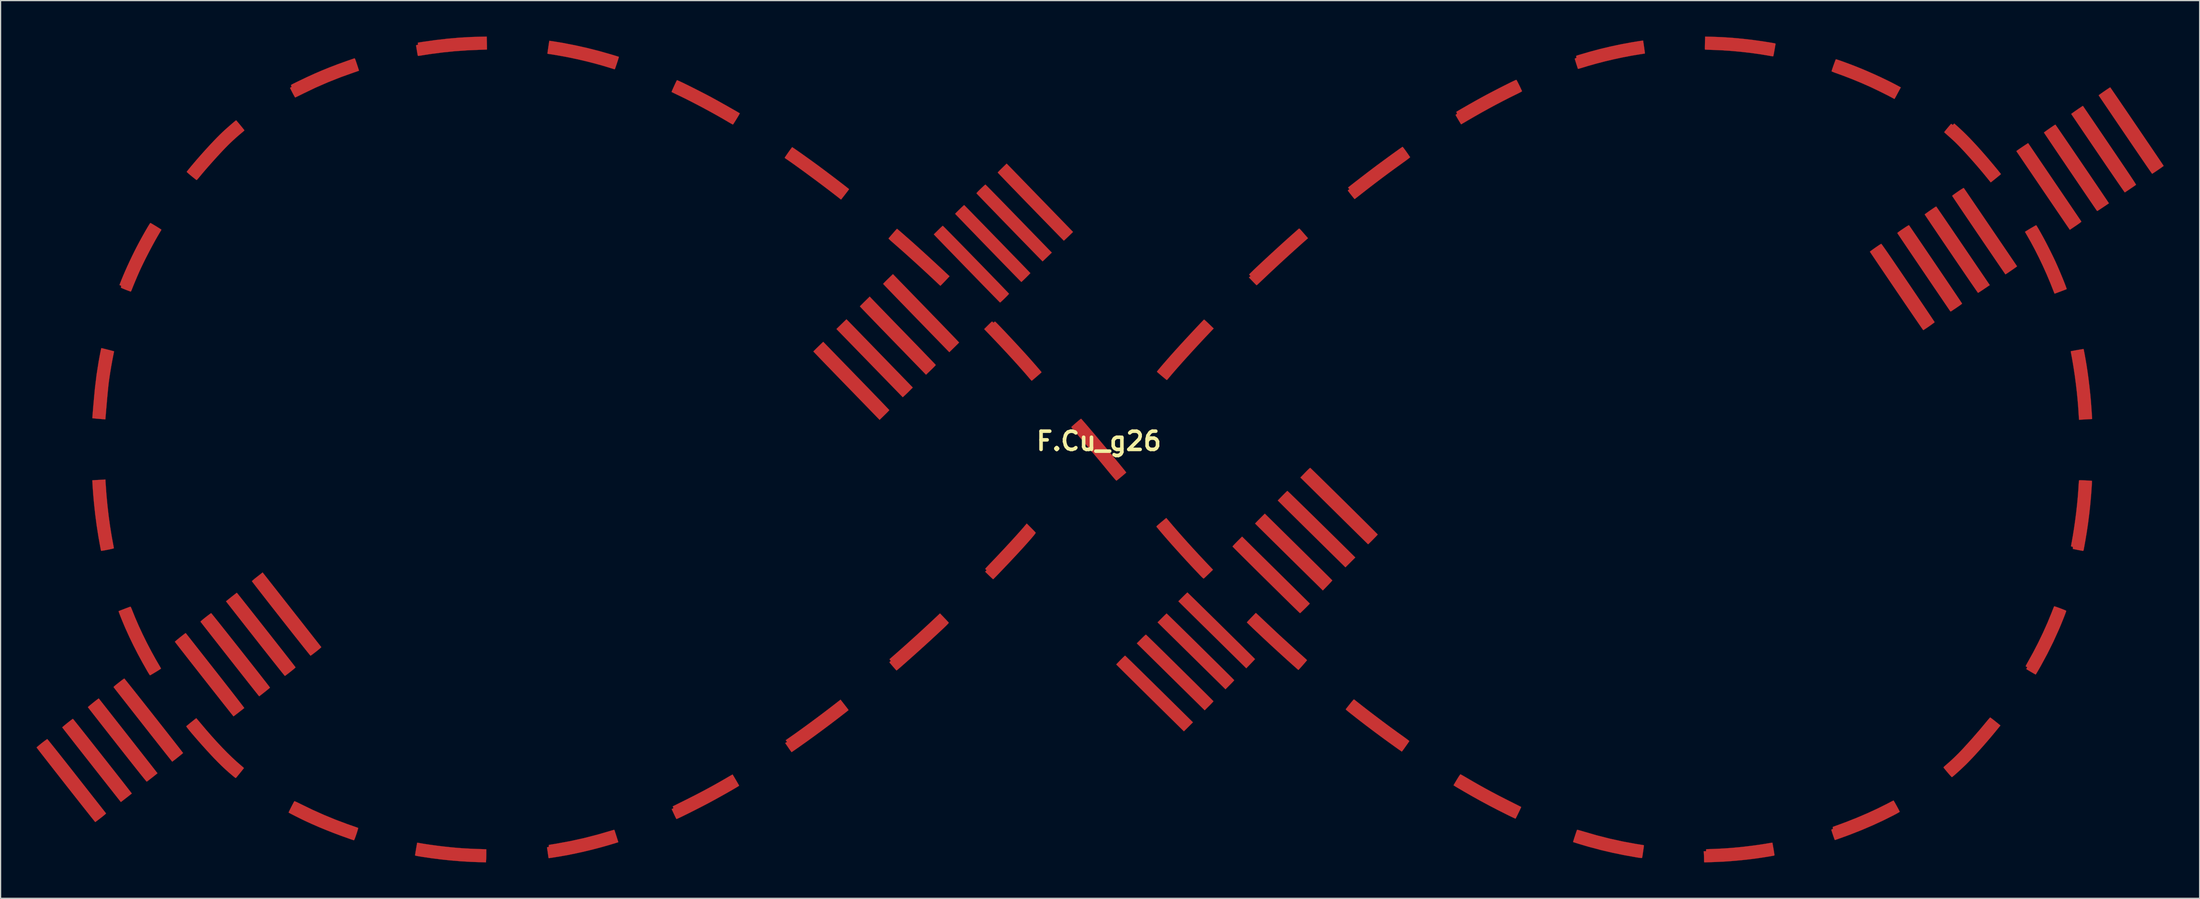
<source format=kicad_pcb>
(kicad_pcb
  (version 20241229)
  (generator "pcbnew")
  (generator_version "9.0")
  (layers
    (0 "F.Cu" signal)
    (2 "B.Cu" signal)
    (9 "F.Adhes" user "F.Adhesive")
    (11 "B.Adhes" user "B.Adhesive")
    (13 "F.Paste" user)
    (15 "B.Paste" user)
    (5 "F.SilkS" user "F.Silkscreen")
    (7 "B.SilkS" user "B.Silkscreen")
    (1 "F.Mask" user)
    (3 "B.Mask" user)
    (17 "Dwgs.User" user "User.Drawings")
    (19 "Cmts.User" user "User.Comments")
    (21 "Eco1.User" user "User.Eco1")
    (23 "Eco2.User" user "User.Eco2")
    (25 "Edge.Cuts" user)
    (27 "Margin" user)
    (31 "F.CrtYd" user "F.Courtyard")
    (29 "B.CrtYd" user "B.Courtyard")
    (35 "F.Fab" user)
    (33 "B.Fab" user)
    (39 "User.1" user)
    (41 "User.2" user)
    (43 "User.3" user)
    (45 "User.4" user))
  (footprint "F.Cu_g26"
    (layer "F.Cu")
    (at 88.688 33.794)
    (property "Reference" "F.Cu_g26" (at 0 0 0) (layer "F.SilkS") (effects (font (size 1.524 1.524) (thickness 0.3))))
    (attr through_hole)
    (fp_poly (pts (xy -20.92 -10.028) (xy -20.889 -9.996) (xy -20.831 -9.936) (xy -20.746 -9.849) (xy -20.636 -9.736) (xy -20.504 -9.6) (xy -20.349 -9.441) (xy -20.175 -9.262) (xy -19.983 -9.064) (xy -19.774 -8.849) (xy -19.55 -8.618) (xy -19.312 -8.373) (xy -19.063 -8.116) (xy -18.803 -7.848) (xy -18.534 -7.571) (xy -18.259 -7.287) (xy -18.152 -7.177) (xy -15.535 -4.479) (xy -15.795 -4.217) (xy -15.895 -4.118) (xy -15.998 -4.016) (xy -16.096 -3.921) (xy -16.179 -3.843) (xy -16.214 -3.811) (xy -16.372 -3.668) (xy -21.909 -9.366) (xy -21.49 -9.774) (xy -21.072 -10.181) (xy -20.92 -10.028)) (stroke (width 0.01) (type solid)) (fill yes) (layer "F.Cu"))
    (fp_poly (pts (xy -20.252 -5.457) (xy -19.969 -5.166) (xy -19.694 -4.882) (xy -19.429 -4.608) (xy -19.174 -4.345) (xy -18.932 -4.094) (xy -18.703 -3.857) (xy -18.49 -3.636) (xy -18.293 -3.432) (xy -18.115 -3.246) (xy -17.956 -3.081) (xy -17.818 -2.937) (xy -17.703 -2.815) (xy -17.611 -2.719) (xy -17.545 -2.648) (xy -17.506 -2.605) (xy -17.494 -2.591) (xy -17.509 -2.57) (xy -17.55 -2.524) (xy -17.614 -2.457) (xy -17.696 -2.373) (xy -17.794 -2.276) (xy -17.9 -2.172) (xy -18.305 -1.778) (xy -21.069 -4.625) (xy -21.353 -4.917) (xy -21.628 -5.201) (xy -21.894 -5.475) (xy -22.149 -5.738) (xy -22.391 -5.989) (xy -22.62 -6.225) (xy -22.834 -6.446) (xy -23.031 -6.65) (xy -23.21 -6.835) (xy -23.369 -7.001) (xy -23.507 -7.144) (xy -23.623 -7.265) (xy -23.715 -7.362) (xy -23.782 -7.432) (xy -23.822 -7.474) (xy -23.834 -7.488) (xy -23.819 -7.506) (xy -23.778 -7.55) (xy -23.714 -7.615) (xy -23.631 -7.697) (xy -23.534 -7.793) (xy -23.425 -7.898) (xy -23.422 -7.901) (xy -23.011 -8.298) (xy -20.252 -5.457)) (stroke (width 0.01) (type solid)) (fill yes) (layer "F.Cu"))
    (fp_poly (pts (xy -14.426 -11.101) (xy -14.142 -10.809) (xy -13.867 -10.525) (xy -13.601 -10.251) (xy -13.347 -9.988) (xy -13.104 -9.737) (xy -12.876 -9.501) (xy -12.662 -9.28) (xy -12.466 -9.076) (xy -12.287 -8.89) (xy -12.129 -8.725) (xy -11.991 -8.581) (xy -11.875 -8.46) (xy -11.784 -8.364) (xy -11.718 -8.294) (xy -11.678 -8.251) (xy -11.667 -8.237) (xy -11.683 -8.219) (xy -11.726 -8.175) (xy -11.791 -8.109) (xy -11.874 -8.027) (xy -11.971 -7.93) (xy -12.079 -7.825) (xy -12.484 -7.428) (xy -15.243 -10.268) (xy -15.526 -10.56) (xy -15.802 -10.844) (xy -16.067 -11.118) (xy -16.322 -11.381) (xy -16.565 -11.631) (xy -16.794 -11.868) (xy -17.008 -12.089) (xy -17.205 -12.293) (xy -17.384 -12.479) (xy -17.543 -12.644) (xy -17.681 -12.788) (xy -17.797 -12.909) (xy -17.89 -13.006) (xy -17.956 -13.076) (xy -17.996 -13.119) (xy -18.008 -13.133) (xy -17.995 -13.153) (xy -17.955 -13.199) (xy -17.892 -13.265) (xy -17.81 -13.349) (xy -17.713 -13.445) (xy -17.605 -13.551) (xy -17.603 -13.553) (xy -17.191 -13.949) (xy -14.426 -11.101)) (stroke (width 0.01) (type solid)) (fill yes) (layer "F.Cu"))
    (fp_poly (pts (xy 5.794 6.608) (xy 6.189 7.072) (xy 6.586 7.532) (xy 6.992 7.993) (xy 7.41 8.46) (xy 7.843 8.937) (xy 8.297 9.43) (xy 8.776 9.942) (xy 9.12 10.307) (xy 9.53 10.74) (xy 9.163 11.096) (xy 9.058 11.196) (xy 8.962 11.287) (xy 8.88 11.365) (xy 8.815 11.424) (xy 8.773 11.462) (xy 8.76 11.472) (xy 8.744 11.474) (xy 8.72 11.462) (xy 8.684 11.435) (xy 8.632 11.388) (xy 8.562 11.319) (xy 8.47 11.225) (xy 8.354 11.103) (xy 8.347 11.096) (xy 8.012 10.742) (xy 7.671 10.379) (xy 7.329 10.01) (xy 6.989 9.639) (xy 6.654 9.27) (xy 6.328 8.908) (xy 6.015 8.557) (xy 5.719 8.219) (xy 5.442 7.901) (xy 5.189 7.605) (xy 5.007 7.387) (xy 4.94 7.307) (xy 4.881 7.236) (xy 4.836 7.182) (xy 4.812 7.153) (xy 4.812 7.153) (xy 4.806 7.14) (xy 4.812 7.121) (xy 4.832 7.095) (xy 4.869 7.057) (xy 4.927 7.004) (xy 5.009 6.933) (xy 5.118 6.84) (xy 5.206 6.766) (xy 5.629 6.414) (xy 5.794 6.608)) (stroke (width 0.01) (type solid)) (fill yes) (layer "F.Cu"))
    (fp_poly (pts (xy 15.755 4.167) (xy 15.801 4.209) (xy 15.875 4.279) (xy 15.974 4.374) (xy 16.098 4.494) (xy 16.245 4.637) (xy 16.415 4.801) (xy 16.604 4.986) (xy 16.813 5.19) (xy 17.04 5.412) (xy 17.283 5.65) (xy 17.541 5.903) (xy 17.813 6.169) (xy 18.097 6.448) (xy 18.392 6.738) (xy 18.697 7.038) (xy 19.01 7.346) (xy 19.33 7.661) (xy 19.655 7.981) (xy 19.984 8.306) (xy 20.316 8.634) (xy 20.65 8.964) (xy 20.983 9.293) (xy 21.198 9.506) (xy 21.41 9.716) (xy 20.585 10.539) (xy 18.277 8.264) (xy 18.006 7.996) (xy 17.737 7.73) (xy 17.472 7.469) (xy 17.213 7.214) (xy 16.963 6.967) (xy 16.724 6.73) (xy 16.497 6.506) (xy 16.286 6.297) (xy 16.092 6.105) (xy 15.917 5.932) (xy 15.763 5.78) (xy 15.634 5.652) (xy 15.53 5.549) (xy 15.454 5.473) (xy 15.453 5.472) (xy 14.936 4.956) (xy 15.324 4.558) (xy 15.429 4.451) (xy 15.525 4.354) (xy 15.608 4.272) (xy 15.674 4.208) (xy 15.719 4.167) (xy 15.738 4.153) (xy 15.755 4.167)) (stroke (width 0.01) (type solid)) (fill yes) (layer "F.Cu"))
    (fp_poly (pts (xy 16.669 8.831) (xy 16.958 9.117) (xy 17.239 9.394) (xy 17.51 9.662) (xy 17.77 9.92) (xy 18.018 10.165) (xy 18.252 10.396) (xy 18.47 10.612) (xy 18.671 10.811) (xy 18.853 10.993) (xy 19.016 11.154) (xy 19.157 11.295) (xy 19.275 11.413) (xy 19.369 11.507) (xy 19.437 11.576) (xy 19.477 11.617) (xy 19.489 11.63) (xy 19.476 11.651) (xy 19.437 11.697) (xy 19.377 11.766) (xy 19.297 11.852) (xy 19.204 11.951) (xy 19.099 12.06) (xy 19.097 12.062) (xy 18.701 12.471) (xy 15.875 9.684) (xy 15.585 9.398) (xy 15.304 9.121) (xy 15.032 8.852) (xy 14.771 8.595) (xy 14.523 8.35) (xy 14.289 8.118) (xy 14.07 7.902) (xy 13.869 7.702) (xy 13.685 7.521) (xy 13.522 7.359) (xy 13.38 7.219) (xy 13.261 7.1) (xy 13.167 7.006) (xy 13.098 6.938) (xy 13.057 6.896) (xy 13.044 6.883) (xy 13.057 6.864) (xy 13.096 6.821) (xy 13.158 6.755) (xy 13.238 6.671) (xy 13.334 6.574) (xy 13.44 6.467) (xy 13.446 6.461) (xy 13.854 6.054) (xy 16.669 8.831)) (stroke (width 0.01) (type solid)) (fill yes) (layer "F.Cu"))
    (fp_poly (pts (xy 51.189 -33.775) (xy 52.015 -33.743) (xy 52.867 -33.687) (xy 53.735 -33.608) (xy 54.61 -33.507) (xy 55.484 -33.383) (xy 55.912 -33.315) (xy 56.083 -33.287) (xy 56.216 -33.264) (xy 56.317 -33.246) (xy 56.39 -33.232) (xy 56.44 -33.221) (xy 56.47 -33.211) (xy 56.487 -33.202) (xy 56.493 -33.193) (xy 56.494 -33.183) (xy 56.491 -33.156) (xy 56.481 -33.093) (xy 56.466 -33) (xy 56.446 -32.884) (xy 56.423 -32.75) (xy 56.404 -32.644) (xy 56.375 -32.479) (xy 56.35 -32.351) (xy 56.331 -32.257) (xy 56.315 -32.193) (xy 56.301 -32.154) (xy 56.289 -32.136) (xy 56.282 -32.134) (xy 56.252 -32.138) (xy 56.187 -32.149) (xy 56.095 -32.165) (xy 55.982 -32.184) (xy 55.856 -32.206) (xy 55.848 -32.208) (xy 55.127 -32.326) (xy 54.377 -32.429) (xy 53.609 -32.516) (xy 52.835 -32.587) (xy 52.067 -32.64) (xy 51.315 -32.673) (xy 51.188 -32.677) (xy 51.036 -32.682) (xy 50.898 -32.687) (xy 50.779 -32.692) (xy 50.686 -32.697) (xy 50.624 -32.702) (xy 50.598 -32.707) (xy 50.598 -32.707) (xy 50.595 -32.731) (xy 50.593 -32.792) (xy 50.593 -32.883) (xy 50.594 -32.999) (xy 50.597 -33.134) (xy 50.6 -33.255) (xy 50.615 -33.789) (xy 51.189 -33.775)) (stroke (width 0.01) (type solid)) (fill yes) (layer "F.Cu"))
    (fp_poly (pts (xy -51.09 -33.252) (xy -51.087 -33.106) (xy -51.084 -32.974) (xy -51.083 -32.863) (xy -51.082 -32.778) (xy -51.082 -32.724) (xy -51.084 -32.708) (xy -51.106 -32.706) (xy -51.165 -32.702) (xy -51.257 -32.698) (xy -51.375 -32.693) (xy -51.515 -32.688) (xy -51.672 -32.683) (xy -51.755 -32.681) (xy -52.782 -32.636) (xy -53.786 -32.564) (xy -54.776 -32.464) (xy -55.761 -32.336) (xy -56.342 -32.247) (xy -56.477 -32.225) (xy -56.598 -32.206) (xy -56.699 -32.19) (xy -56.775 -32.179) (xy -56.817 -32.174) (xy -56.823 -32.173) (xy -56.851 -32.191) (xy -56.864 -32.221) (xy -56.873 -32.265) (xy -56.887 -32.34) (xy -56.904 -32.437) (xy -56.923 -32.548) (xy -56.943 -32.664) (xy -56.961 -32.778) (xy -56.978 -32.881) (xy -56.991 -32.966) (xy -57 -33.023) (xy -57.002 -33.044) (xy -56.984 -33.072) (xy -56.927 -33.09) (xy -56.92 -33.091) (xy -56.838 -33.104) (xy -56.854 -33.189) (xy -56.86 -33.245) (xy -56.852 -33.274) (xy -56.835 -33.283) (xy -56.804 -33.289) (xy -56.739 -33.301) (xy -56.645 -33.316) (xy -56.531 -33.335) (xy -56.403 -33.355) (xy -56.388 -33.357) (xy -55.37 -33.501) (xy -54.365 -33.616) (xy -53.378 -33.701) (xy -52.414 -33.755) (xy -51.782 -33.775) (xy -51.103 -33.789) (xy -51.09 -33.252)) (stroke (width 0.01) (type solid)) (fill yes) (layer "F.Cu"))
    (fp_poly (pts (xy -40.45 32.462) (xy -40.441 32.484) (xy -40.421 32.541) (xy -40.392 32.628) (xy -40.356 32.738) (xy -40.314 32.867) (xy -40.277 32.984) (xy -40.115 33.496) (xy -40.266 33.544) (xy -40.923 33.743) (xy -41.6 33.934) (xy -42.291 34.114) (xy -42.986 34.282) (xy -43.678 34.435) (xy -44.356 34.572) (xy -45.014 34.69) (xy -45.487 34.765) (xy -45.61 34.784) (xy -45.72 34.801) (xy -45.81 34.815) (xy -45.871 34.825) (xy -45.896 34.829) (xy -45.931 34.824) (xy -45.942 34.812) (xy -45.947 34.784) (xy -45.957 34.721) (xy -45.971 34.631) (xy -45.987 34.519) (xy -46.004 34.396) (xy -46.023 34.269) (xy -46.039 34.154) (xy -46.053 34.059) (xy -46.064 33.991) (xy -46.07 33.958) (xy -46.071 33.927) (xy -46.05 33.912) (xy -46.001 33.905) (xy -45.951 33.899) (xy -45.928 33.882) (xy -45.921 33.842) (xy -45.921 33.808) (xy -45.919 33.753) (xy -45.913 33.722) (xy -45.91 33.718) (xy -45.887 33.715) (xy -45.827 33.706) (xy -45.737 33.691) (xy -45.621 33.672) (xy -45.486 33.65) (xy -45.335 33.625) (xy -45.317 33.622) (xy -44.155 33.408) (xy -42.997 33.154) (xy -41.846 32.859) (xy -40.768 32.545) (xy -40.661 32.513) (xy -40.568 32.487) (xy -40.498 32.469) (xy -40.457 32.461) (xy -40.45 32.462)) (stroke (width 0.01) (type solid)) (fill yes) (layer "F.Cu"))
    (fp_poly (pts (xy 13.164 14.396) (xy 13.193 14.422) (xy 13.248 14.473) (xy 13.327 14.547) (xy 13.425 14.639) (xy 13.539 14.747) (xy 13.665 14.866) (xy 13.798 14.994) (xy 13.825 15.02) (xy 15.066 16.187) (xy 16.346 17.356) (xy 16.843 17.8) (xy 16.97 17.913) (xy 17.086 18.018) (xy 17.188 18.11) (xy 17.271 18.187) (xy 17.333 18.246) (xy 17.369 18.282) (xy 17.378 18.293) (xy 17.365 18.313) (xy 17.328 18.359) (xy 17.272 18.426) (xy 17.201 18.509) (xy 17.121 18.602) (xy 17.035 18.7) (xy 16.948 18.799) (xy 16.865 18.892) (xy 16.79 18.975) (xy 16.728 19.043) (xy 16.684 19.09) (xy 16.661 19.111) (xy 16.659 19.112) (xy 16.641 19.098) (xy 16.596 19.059) (xy 16.525 18.998) (xy 16.434 18.918) (xy 16.326 18.821) (xy 16.203 18.713) (xy 16.071 18.594) (xy 16.055 18.58) (xy 15.691 18.253) (xy 15.318 17.914) (xy 14.938 17.568) (xy 14.559 17.22) (xy 14.183 16.873) (xy 13.817 16.532) (xy 13.465 16.202) (xy 13.132 15.888) (xy 12.822 15.594) (xy 12.627 15.406) (xy 12.353 15.141) (xy 12.396 15.086) (xy 12.424 15.054) (xy 12.476 14.998) (xy 12.547 14.922) (xy 12.633 14.831) (xy 12.729 14.731) (xy 12.771 14.688) (xy 13.102 14.346) (xy 13.164 14.396)) (stroke (width 0.01) (type solid)) (fill yes) (layer "F.Cu"))
    (fp_poly (pts (xy 74.432 23.088) (xy 74.482 23.123) (xy 74.555 23.178) (xy 74.648 23.248) (xy 74.754 23.332) (xy 74.851 23.409) (xy 75.269 23.746) (xy 74.98 24.102) (xy 74.695 24.449) (xy 74.401 24.8) (xy 74.101 25.149) (xy 73.801 25.494) (xy 73.504 25.827) (xy 73.215 26.146) (xy 72.938 26.445) (xy 72.677 26.718) (xy 72.436 26.963) (xy 72.433 26.966) (xy 72.326 27.071) (xy 72.207 27.185) (xy 72.079 27.306) (xy 71.948 27.428) (xy 71.816 27.549) (xy 71.688 27.666) (xy 71.567 27.774) (xy 71.458 27.87) (xy 71.364 27.95) (xy 71.29 28.012) (xy 71.239 28.05) (xy 71.217 28.062) (xy 71.197 28.049) (xy 71.154 28.007) (xy 71.092 27.941) (xy 71.015 27.855) (xy 70.927 27.755) (xy 70.859 27.675) (xy 70.765 27.564) (xy 70.681 27.464) (xy 70.611 27.378) (xy 70.557 27.311) (xy 70.524 27.268) (xy 70.515 27.255) (xy 70.526 27.232) (xy 70.564 27.188) (xy 70.623 27.131) (xy 70.691 27.072) (xy 71.05 26.758) (xy 71.399 26.434) (xy 71.747 26.092) (xy 72.102 25.722) (xy 72.155 25.665) (xy 72.862 24.886) (xy 73.551 24.092) (xy 74.083 23.453) (xy 74.172 23.346) (xy 74.252 23.251) (xy 74.32 23.172) (xy 74.371 23.114) (xy 74.403 23.082) (xy 74.409 23.077) (xy 74.432 23.088)) (stroke (width 0.01) (type solid)) (fill yes) (layer "F.Cu"))
    (fp_poly (pts (xy -82.912 3.626) (xy -82.849 4.499) (xy -82.766 5.374) (xy -82.666 6.244) (xy -82.548 7.1) (xy -82.414 7.932) (xy -82.285 8.633) (xy -82.265 8.737) (xy -82.249 8.827) (xy -82.237 8.896) (xy -82.233 8.933) (xy -82.233 8.935) (xy -82.24 8.947) (xy -82.264 8.96) (xy -82.31 8.975) (xy -82.381 8.994) (xy -82.482 9.017) (xy -82.616 9.045) (xy -82.763 9.075) (xy -82.95 9.111) (xy -83.096 9.137) (xy -83.202 9.154) (xy -83.27 9.161) (xy -83.301 9.159) (xy -83.302 9.157) (xy -83.311 9.121) (xy -83.326 9.049) (xy -83.346 8.948) (xy -83.371 8.822) (xy -83.398 8.677) (xy -83.427 8.52) (xy -83.456 8.356) (xy -83.486 8.191) (xy -83.513 8.032) (xy -83.523 7.976) (xy -83.667 7.058) (xy -83.791 6.113) (xy -83.896 5.136) (xy -83.945 4.583) (xy -83.96 4.397) (xy -83.974 4.211) (xy -83.988 4.028) (xy -84 3.855) (xy -84.01 3.695) (xy -84.019 3.554) (xy -84.025 3.436) (xy -84.029 3.346) (xy -84.03 3.29) (xy -84.029 3.271) (xy -84.006 3.268) (xy -83.948 3.263) (xy -83.86 3.257) (xy -83.748 3.25) (xy -83.618 3.243) (xy -83.566 3.24) (xy -83.426 3.233) (xy -83.295 3.225) (xy -83.18 3.219) (xy -83.091 3.213) (xy -83.034 3.208) (xy -83.025 3.208) (xy -82.939 3.198) (xy -82.912 3.626)) (stroke (width 0.01) (type solid)) (fill yes) (layer "F.Cu"))
    (fp_poly (pts (xy -56.889 33.538) (xy -56.834 33.546) (xy -56.753 33.56) (xy -56.653 33.577) (xy -56.621 33.583) (xy -56.435 33.615) (xy -56.215 33.65) (xy -55.971 33.687) (xy -55.709 33.724) (xy -55.44 33.761) (xy -55.171 33.797) (xy -54.911 33.829) (xy -54.669 33.858) (xy -54.599 33.865) (xy -54.227 33.905) (xy -53.878 33.939) (xy -53.544 33.968) (xy -53.215 33.993) (xy -52.88 34.015) (xy -52.53 34.033) (xy -52.154 34.05) (xy -51.864 34.061) (xy -51.139 34.086) (xy -51.139 34.426) (xy -51.14 34.563) (xy -51.142 34.704) (xy -51.146 34.836) (xy -51.151 34.944) (xy -51.153 34.973) (xy -51.166 35.179) (xy -51.316 35.175) (xy -51.404 35.172) (xy -51.517 35.169) (xy -51.636 35.166) (xy -51.7 35.165) (xy -52.475 35.137) (xy -53.277 35.089) (xy -54.093 35.022) (xy -54.912 34.936) (xy -55.724 34.834) (xy -56.518 34.716) (xy -56.552 34.71) (xy -56.716 34.683) (xy -56.843 34.661) (xy -56.937 34.644) (xy -57.003 34.63) (xy -57.047 34.617) (xy -57.072 34.606) (xy -57.084 34.594) (xy -57.087 34.581) (xy -57.083 34.552) (xy -57.074 34.49) (xy -57.06 34.401) (xy -57.042 34.292) (xy -57.022 34.17) (xy -57.001 34.042) (xy -56.979 33.915) (xy -56.959 33.796) (xy -56.94 33.692) (xy -56.925 33.609) (xy -56.915 33.555) (xy -56.91 33.535) (xy -56.889 33.538)) (stroke (width 0.01) (type solid)) (fill yes) (layer "F.Cu"))
    (fp_poly (pts (xy 3.946 16.17) (xy 3.992 16.214) (xy 4.065 16.283) (xy 4.162 16.377) (xy 4.281 16.494) (xy 4.422 16.632) (xy 4.582 16.788) (xy 4.76 16.962) (xy 4.952 17.152) (xy 5.159 17.355) (xy 5.378 17.57) (xy 5.607 17.795) (xy 5.844 18.029) (xy 6.087 18.269) (xy 6.336 18.514) (xy 6.587 18.763) (xy 6.84 19.012) (xy 7.092 19.261) (xy 7.341 19.508) (xy 7.586 19.75) (xy 7.826 19.987) (xy 8.057 20.216) (xy 8.278 20.436) (xy 8.488 20.645) (xy 8.685 20.84) (xy 8.867 21.021) (xy 9.032 21.185) (xy 9.178 21.331) (xy 9.304 21.457) (xy 9.407 21.561) (xy 9.486 21.641) (xy 9.54 21.696) (xy 9.565 21.723) (xy 9.567 21.726) (xy 9.553 21.747) (xy 9.512 21.793) (xy 9.45 21.86) (xy 9.37 21.944) (xy 9.276 22.04) (xy 9.202 22.114) (xy 8.836 22.48) (xy 6.889 20.56) (xy 6.629 20.304) (xy 6.364 20.042) (xy 6.098 19.779) (xy 5.832 19.518) (xy 5.571 19.26) (xy 5.318 19.01) (xy 5.075 18.77) (xy 4.845 18.543) (xy 4.631 18.333) (xy 4.437 18.141) (xy 4.266 17.972) (xy 4.12 17.828) (xy 4.055 17.764) (xy 3.168 16.888) (xy 3.537 16.518) (xy 3.639 16.417) (xy 3.733 16.326) (xy 3.813 16.251) (xy 3.875 16.195) (xy 3.915 16.162) (xy 3.928 16.155) (xy 3.946 16.17)) (stroke (width 0.01) (type solid)) (fill yes) (layer "F.Cu"))
    (fp_poly (pts (xy -80.826 13.84) (xy -80.799 13.892) (xy -80.764 13.968) (xy -80.725 14.061) (xy -80.718 14.081) (xy -80.447 14.753) (xy -80.147 15.443) (xy -79.822 16.142) (xy -79.476 16.843) (xy -79.114 17.536) (xy -78.74 18.214) (xy -78.446 18.72) (xy -78.391 18.814) (xy -78.346 18.895) (xy -78.313 18.956) (xy -78.297 18.991) (xy -78.296 18.996) (xy -78.314 19.011) (xy -78.362 19.045) (xy -78.435 19.093) (xy -78.526 19.151) (xy -78.63 19.216) (xy -78.741 19.284) (xy -78.853 19.352) (xy -78.96 19.416) (xy -79.056 19.472) (xy -79.134 19.516) (xy -79.19 19.546) (xy -79.217 19.557) (xy -79.217 19.557) (xy -79.234 19.539) (xy -79.268 19.491) (xy -79.315 19.417) (xy -79.373 19.323) (xy -79.437 19.215) (xy -79.438 19.213) (xy -79.842 18.502) (xy -80.23 17.785) (xy -80.596 17.07) (xy -80.938 16.363) (xy -81.251 15.673) (xy -81.338 15.473) (xy -81.418 15.284) (xy -81.495 15.099) (xy -81.569 14.92) (xy -81.637 14.752) (xy -81.697 14.598) (xy -81.749 14.464) (xy -81.79 14.353) (xy -81.819 14.27) (xy -81.834 14.218) (xy -81.836 14.202) (xy -81.811 14.189) (xy -81.754 14.165) (xy -81.67 14.132) (xy -81.567 14.091) (xy -81.45 14.046) (xy -81.328 13.999) (xy -81.207 13.953) (xy -81.092 13.91) (xy -80.992 13.873) (xy -80.912 13.844) (xy -80.86 13.826) (xy -80.843 13.822) (xy -80.826 13.84)) (stroke (width 0.01) (type solid)) (fill yes) (layer "F.Cu"))
    (fp_poly (pts (xy -16.832 -17.724) (xy -16.786 -17.686) (xy -16.714 -17.625) (xy -16.622 -17.546) (xy -16.512 -17.451) (xy -16.387 -17.343) (xy -16.252 -17.225) (xy -16.11 -17.1) (xy -15.964 -16.972) (xy -15.818 -16.844) (xy -15.675 -16.717) (xy -15.539 -16.597) (xy -15.414 -16.485) (xy -15.409 -16.481) (xy -15.124 -16.225) (xy -14.816 -15.945) (xy -14.49 -15.649) (xy -14.154 -15.341) (xy -13.815 -15.029) (xy -13.479 -14.718) (xy -13.152 -14.415) (xy -12.842 -14.125) (xy -12.63 -13.925) (xy -12.464 -13.769) (xy -12.838 -13.372) (xy -12.94 -13.265) (xy -13.032 -13.169) (xy -13.111 -13.088) (xy -13.172 -13.026) (xy -13.212 -12.988) (xy -13.226 -12.976) (xy -13.246 -12.99) (xy -13.29 -13.028) (xy -13.35 -13.082) (xy -13.4 -13.13) (xy -13.789 -13.496) (xy -14.193 -13.874) (xy -14.607 -14.257) (xy -15.026 -14.643) (xy -15.445 -15.024) (xy -15.858 -15.398) (xy -16.261 -15.759) (xy -16.648 -16.102) (xy -17.014 -16.423) (xy -17.235 -16.616) (xy -17.334 -16.703) (xy -17.42 -16.782) (xy -17.489 -16.848) (xy -17.536 -16.897) (xy -17.557 -16.924) (xy -17.557 -16.927) (xy -17.542 -16.95) (xy -17.503 -16.998) (xy -17.446 -17.067) (xy -17.374 -17.151) (xy -17.294 -17.244) (xy -17.208 -17.343) (xy -17.122 -17.441) (xy -17.041 -17.533) (xy -16.969 -17.614) (xy -16.91 -17.679) (xy -16.869 -17.722) (xy -16.851 -17.738) (xy -16.851 -17.738) (xy -16.832 -17.724)) (stroke (width 0.01) (type solid)) (fill yes) (layer "F.Cu"))
    (fp_poly (pts (xy -7.576 -23.058) (xy -7.549 -23.03) (xy -7.493 -22.973) (xy -7.412 -22.889) (xy -7.305 -22.779) (xy -7.175 -22.646) (xy -7.024 -22.49) (xy -6.852 -22.313) (xy -6.662 -22.118) (xy -6.455 -21.904) (xy -6.233 -21.675) (xy -5.997 -21.432) (xy -5.748 -21.176) (xy -5.489 -20.909) (xy -5.22 -20.632) (xy -4.944 -20.348) (xy -4.805 -20.204) (xy -2.155 -17.473) (xy -2.532 -17.108) (xy -2.636 -17.008) (xy -2.731 -16.918) (xy -2.811 -16.842) (xy -2.872 -16.786) (xy -2.911 -16.751) (xy -2.923 -16.743) (xy -2.939 -16.758) (xy -2.983 -16.802) (xy -3.053 -16.873) (xy -3.149 -16.97) (xy -3.268 -17.092) (xy -3.41 -17.236) (xy -3.572 -17.402) (xy -3.754 -17.588) (xy -3.953 -17.793) (xy -4.169 -18.014) (xy -4.4 -18.251) (xy -4.644 -18.502) (xy -4.9 -18.766) (xy -5.167 -19.04) (xy -5.443 -19.324) (xy -5.691 -19.58) (xy -5.974 -19.871) (xy -6.249 -20.155) (xy -6.514 -20.428) (xy -6.768 -20.691) (xy -7.01 -20.941) (xy -7.239 -21.177) (xy -7.452 -21.398) (xy -7.648 -21.601) (xy -7.826 -21.786) (xy -7.985 -21.951) (xy -8.123 -22.094) (xy -8.238 -22.214) (xy -8.329 -22.31) (xy -8.395 -22.38) (xy -8.434 -22.422) (xy -8.445 -22.435) (xy -8.431 -22.454) (xy -8.39 -22.498) (xy -8.327 -22.564) (xy -8.246 -22.646) (xy -8.15 -22.74) (xy -8.072 -22.817) (xy -7.698 -23.181) (xy -7.576 -23.058)) (stroke (width 0.01) (type solid)) (fill yes) (layer "F.Cu"))
    (fp_poly (pts (xy 66.36 30.032) (xy 66.391 30.081) (xy 66.435 30.156) (xy 66.488 30.249) (xy 66.548 30.356) (xy 66.61 30.469) (xy 66.673 30.584) (xy 66.731 30.693) (xy 66.783 30.79) (xy 66.824 30.871) (xy 66.851 30.927) (xy 66.861 30.952) (xy 66.844 30.968) (xy 66.795 31.001) (xy 66.717 31.047) (xy 66.617 31.104) (xy 66.498 31.169) (xy 66.374 31.234) (xy 65.498 31.673) (xy 64.588 32.094) (xy 63.65 32.495) (xy 62.689 32.873) (xy 61.906 33.159) (xy 61.776 33.204) (xy 61.66 33.245) (xy 61.563 33.278) (xy 61.491 33.302) (xy 61.451 33.315) (xy 61.444 33.316) (xy 61.434 33.297) (xy 61.412 33.244) (xy 61.381 33.162) (xy 61.344 33.058) (xy 61.302 32.937) (xy 61.29 32.902) (xy 61.248 32.776) (xy 61.211 32.662) (xy 61.181 32.568) (xy 61.161 32.5) (xy 61.151 32.464) (xy 61.151 32.46) (xy 61.169 32.437) (xy 61.213 32.415) (xy 61.219 32.413) (xy 61.263 32.395) (xy 61.282 32.368) (xy 61.278 32.32) (xy 61.268 32.277) (xy 61.263 32.251) (xy 61.27 32.231) (xy 61.294 32.213) (xy 61.343 32.191) (xy 61.423 32.162) (xy 61.451 32.152) (xy 62.396 31.804) (xy 63.309 31.441) (xy 64.187 31.065) (xy 65.028 30.676) (xy 65.831 30.275) (xy 66.081 30.143) (xy 66.174 30.095) (xy 66.254 30.055) (xy 66.313 30.027) (xy 66.344 30.015) (xy 66.346 30.014) (xy 66.36 30.032)) (stroke (width 0.01) (type solid)) (fill yes) (layer "F.Cu"))
    (fp_poly (pts (xy -18.989 -11.924) (xy -18.96 -11.892) (xy -18.902 -11.832) (xy -18.818 -11.745) (xy -18.71 -11.633) (xy -18.578 -11.497) (xy -18.425 -11.338) (xy -18.252 -11.16) (xy -18.06 -10.962) (xy -17.852 -10.747) (xy -17.629 -10.517) (xy -17.392 -10.272) (xy -17.143 -10.015) (xy -16.883 -9.748) (xy -16.615 -9.472) (xy -16.339 -9.188) (xy -16.235 -9.081) (xy -15.959 -8.797) (xy -15.692 -8.521) (xy -15.434 -8.255) (xy -15.187 -8) (xy -14.952 -7.757) (xy -14.731 -7.529) (xy -14.526 -7.316) (xy -14.338 -7.121) (xy -14.168 -6.944) (xy -14.018 -6.788) (xy -13.889 -6.654) (xy -13.783 -6.543) (xy -13.702 -6.458) (xy -13.646 -6.398) (xy -13.618 -6.367) (xy -13.615 -6.363) (xy -13.628 -6.341) (xy -13.668 -6.295) (xy -13.73 -6.228) (xy -13.812 -6.144) (xy -13.91 -6.048) (xy -14.018 -5.942) (xy -14.019 -5.942) (xy -14.429 -5.547) (xy -17.189 -8.392) (xy -17.472 -8.683) (xy -17.747 -8.967) (xy -18.013 -9.241) (xy -18.268 -9.504) (xy -18.51 -9.755) (xy -18.739 -9.991) (xy -18.952 -10.212) (xy -19.149 -10.416) (xy -19.327 -10.601) (xy -19.486 -10.767) (xy -19.624 -10.91) (xy -19.74 -11.031) (xy -19.832 -11.127) (xy -19.898 -11.198) (xy -19.938 -11.24) (xy -19.95 -11.254) (xy -19.935 -11.273) (xy -19.894 -11.317) (xy -19.831 -11.383) (xy -19.748 -11.466) (xy -19.651 -11.563) (xy -19.544 -11.669) (xy -19.539 -11.673) (xy -19.129 -12.075) (xy -18.989 -11.924)) (stroke (width 0.01) (type solid)) (fill yes) (layer "F.Cu"))
    (fp_poly (pts (xy 5.674 14.408) (xy 5.719 14.451) (xy 5.791 14.519) (xy 5.887 14.613) (xy 6.006 14.729) (xy 6.146 14.866) (xy 6.306 15.022) (xy 6.483 15.195) (xy 6.675 15.384) (xy 6.881 15.587) (xy 7.1 15.802) (xy 7.328 16.027) (xy 7.565 16.26) (xy 7.809 16.5) (xy 8.057 16.745) (xy 8.309 16.994) (xy 8.562 17.243) (xy 8.814 17.492) (xy 9.063 17.739) (xy 9.309 17.982) (xy 9.549 18.219) (xy 9.78 18.448) (xy 10.003 18.668) (xy 10.213 18.877) (xy 10.411 19.073) (xy 10.594 19.255) (xy 10.759 19.42) (xy 10.907 19.566) (xy 11.033 19.693) (xy 11.138 19.798) (xy 11.218 19.879) (xy 11.273 19.935) (xy 11.3 19.964) (xy 11.303 19.968) (xy 11.289 19.987) (xy 11.248 20.033) (xy 11.186 20.1) (xy 11.107 20.183) (xy 11.013 20.28) (xy 10.937 20.356) (xy 10.572 20.725) (xy 7.821 18.012) (xy 7.534 17.729) (xy 7.254 17.454) (xy 6.983 17.187) (xy 6.723 16.93) (xy 6.475 16.685) (xy 6.24 16.454) (xy 6.021 16.238) (xy 5.818 16.038) (xy 5.634 15.856) (xy 5.469 15.694) (xy 5.325 15.552) (xy 5.205 15.434) (xy 5.109 15.339) (xy 5.039 15.27) (xy 4.997 15.229) (xy 4.985 15.217) (xy 4.901 15.134) (xy 5.271 14.764) (xy 5.373 14.662) (xy 5.466 14.57) (xy 5.545 14.494) (xy 5.606 14.436) (xy 5.645 14.402) (xy 5.657 14.393) (xy 5.674 14.408)) (stroke (width 0.01) (type solid)) (fill yes) (layer "F.Cu"))
    (fp_poly (pts (xy 7.408 12.651) (xy 7.453 12.694) (xy 7.524 12.762) (xy 7.62 12.856) (xy 7.739 12.972) (xy 7.878 13.108) (xy 8.038 13.264) (xy 8.214 13.437) (xy 8.406 13.626) (xy 8.612 13.829) (xy 8.831 14.043) (xy 9.059 14.268) (xy 9.296 14.501) (xy 9.539 14.741) (xy 9.788 14.985) (xy 10.039 15.233) (xy 10.292 15.482) (xy 10.544 15.731) (xy 10.794 15.977) (xy 11.04 16.22) (xy 11.279 16.457) (xy 11.511 16.686) (xy 11.734 16.905) (xy 11.945 17.114) (xy 12.143 17.31) (xy 12.325 17.491) (xy 12.492 17.656) (xy 12.639 17.802) (xy 12.766 17.929) (xy 12.871 18.034) (xy 12.952 18.115) (xy 13.008 18.171) (xy 13.035 18.199) (xy 13.038 18.203) (xy 13.024 18.221) (xy 12.984 18.264) (xy 12.923 18.33) (xy 12.844 18.413) (xy 12.752 18.51) (xy 12.673 18.592) (xy 12.308 18.971) (xy 9.631 16.331) (xy 9.346 16.05) (xy 9.069 15.776) (xy 8.799 15.511) (xy 8.539 15.255) (xy 8.291 15.01) (xy 8.056 14.778) (xy 7.836 14.561) (xy 7.632 14.36) (xy 7.447 14.177) (xy 7.281 14.013) (xy 7.136 13.871) (xy 7.014 13.751) (xy 6.917 13.655) (xy 6.846 13.585) (xy 6.803 13.543) (xy 6.795 13.534) (xy 6.636 13.377) (xy 7.006 13.007) (xy 7.109 12.905) (xy 7.202 12.814) (xy 7.281 12.737) (xy 7.342 12.68) (xy 7.38 12.645) (xy 7.392 12.636) (xy 7.408 12.651)) (stroke (width 0.01) (type solid)) (fill yes) (layer "F.Cu"))
    (fp_poly (pts (xy -67.138 30.074) (xy -67.082 30.096) (xy -66.997 30.133) (xy -66.887 30.184) (xy -66.757 30.247) (xy -66.612 30.319) (xy -66.597 30.327) (xy -65.652 30.785) (xy -64.689 31.216) (xy -63.715 31.617) (xy -62.741 31.983) (xy -62.251 32.153) (xy -62.129 32.195) (xy -62.02 32.234) (xy -61.932 32.266) (xy -61.869 32.29) (xy -61.84 32.303) (xy -61.839 32.304) (xy -61.838 32.33) (xy -61.85 32.388) (xy -61.873 32.473) (xy -61.904 32.577) (xy -61.94 32.694) (xy -61.981 32.818) (xy -62.024 32.942) (xy -62.066 33.06) (xy -62.105 33.165) (xy -62.14 33.25) (xy -62.167 33.308) (xy -62.185 33.334) (xy -62.187 33.335) (xy -62.218 33.328) (xy -62.28 33.308) (xy -62.367 33.28) (xy -62.469 33.245) (xy -62.516 33.229) (xy -63.206 32.983) (xy -63.862 32.738) (xy -64.49 32.49) (xy -65.099 32.239) (xy -65.696 31.979) (xy -66.103 31.794) (xy -66.227 31.736) (xy -66.366 31.67) (xy -66.516 31.597) (xy -66.674 31.519) (xy -66.834 31.44) (xy -66.991 31.361) (xy -67.142 31.285) (xy -67.281 31.214) (xy -67.404 31.15) (xy -67.506 31.096) (xy -67.583 31.054) (xy -67.63 31.026) (xy -67.642 31.016) (xy -67.635 30.993) (xy -67.611 30.938) (xy -67.574 30.859) (xy -67.526 30.761) (xy -67.472 30.651) (xy -67.413 30.535) (xy -67.354 30.42) (xy -67.297 30.311) (xy -67.246 30.215) (xy -67.204 30.138) (xy -67.174 30.087) (xy -67.161 30.07) (xy -67.138 30.074)) (stroke (width 0.01) (type solid)) (fill yes) (layer "F.Cu"))
    (fp_poly (pts (xy -12.907 14.755) (xy -12.807 14.859) (xy -12.716 14.955) (xy -12.638 15.038) (xy -12.579 15.103) (xy -12.541 15.145) (xy -12.531 15.158) (xy -12.532 15.173) (xy -12.549 15.199) (xy -12.581 15.24) (xy -12.632 15.294) (xy -12.701 15.366) (xy -12.791 15.455) (xy -12.902 15.563) (xy -13.037 15.691) (xy -13.197 15.841) (xy -13.384 16.015) (xy -13.598 16.213) (xy -13.841 16.437) (xy -14.002 16.586) (xy -14.183 16.752) (xy -14.375 16.927) (xy -14.575 17.109) (xy -14.78 17.294) (xy -14.988 17.483) (xy -15.198 17.671) (xy -15.405 17.857) (xy -15.609 18.039) (xy -15.806 18.214) (xy -15.994 18.382) (xy -16.171 18.538) (xy -16.334 18.682) (xy -16.481 18.81) (xy -16.609 18.922) (xy -16.717 19.014) (xy -16.801 19.085) (xy -16.859 19.133) (xy -16.889 19.155) (xy -16.892 19.156) (xy -16.909 19.141) (xy -16.949 19.098) (xy -17.008 19.033) (xy -17.082 18.949) (xy -17.166 18.853) (xy -17.189 18.827) (xy -17.275 18.727) (xy -17.351 18.637) (xy -17.414 18.562) (xy -17.458 18.507) (xy -17.48 18.478) (xy -17.481 18.475) (xy -17.471 18.448) (xy -17.437 18.412) (xy -17.43 18.405) (xy -17.371 18.358) (xy -17.425 18.286) (xy -17.479 18.214) (xy -16.872 17.681) (xy -16.424 17.286) (xy -15.963 16.874) (xy -15.495 16.453) (xy -15.029 16.03) (xy -14.572 15.61) (xy -14.131 15.202) (xy -13.715 14.812) (xy -13.633 14.735) (xy -13.264 14.386) (xy -12.907 14.755)) (stroke (width 0.01) (type solid)) (fill yes) (layer "F.Cu"))
    (fp_poly (pts (xy 45.437 -33.458) (xy 45.442 -33.436) (xy 45.451 -33.379) (xy 45.464 -33.294) (xy 45.48 -33.187) (xy 45.498 -33.066) (xy 45.517 -32.937) (xy 45.535 -32.807) (xy 45.552 -32.683) (xy 45.567 -32.571) (xy 45.579 -32.479) (xy 45.587 -32.413) (xy 45.59 -32.379) (xy 45.59 -32.376) (xy 45.568 -32.371) (xy 45.51 -32.361) (xy 45.424 -32.347) (xy 45.317 -32.33) (xy 45.201 -32.313) (xy 44.492 -32.196) (xy 43.759 -32.056) (xy 43.013 -31.897) (xy 42.264 -31.721) (xy 41.525 -31.529) (xy 40.805 -31.325) (xy 40.338 -31.182) (xy 40.227 -31.148) (xy 40.13 -31.12) (xy 40.055 -31.101) (xy 40.009 -31.091) (xy 39.997 -31.091) (xy 39.987 -31.117) (xy 39.967 -31.175) (xy 39.94 -31.259) (xy 39.907 -31.36) (xy 39.871 -31.472) (xy 39.835 -31.586) (xy 39.801 -31.696) (xy 39.771 -31.793) (xy 39.748 -31.871) (xy 39.733 -31.921) (xy 39.73 -31.937) (xy 39.748 -31.957) (xy 39.793 -31.979) (xy 39.806 -31.983) (xy 39.846 -31.998) (xy 39.867 -32.014) (xy 39.87 -32.042) (xy 39.858 -32.094) (xy 39.846 -32.142) (xy 39.845 -32.16) (xy 39.857 -32.176) (xy 39.887 -32.194) (xy 39.943 -32.215) (xy 40.03 -32.243) (xy 40.105 -32.266) (xy 40.996 -32.527) (xy 41.868 -32.759) (xy 42.733 -32.965) (xy 43.599 -33.148) (xy 44.478 -33.31) (xy 45.031 -33.4) (xy 45.156 -33.419) (xy 45.265 -33.435) (xy 45.353 -33.448) (xy 45.412 -33.456) (xy 45.437 -33.458) (xy 45.437 -33.458)) (stroke (width 0.01) (type solid)) (fill yes) (layer "F.Cu"))
    (fp_poly (pts (xy 82.002 3.263) (xy 82.109 3.266) (xy 82.25 3.273) (xy 82.374 3.279) (xy 82.518 3.287) (xy 82.649 3.294) (xy 82.758 3.301) (xy 82.842 3.307) (xy 82.894 3.312) (xy 82.908 3.315) (xy 82.91 3.339) (xy 82.909 3.4) (xy 82.906 3.493) (xy 82.9 3.613) (xy 82.891 3.755) (xy 82.881 3.914) (xy 82.87 4.086) (xy 82.857 4.264) (xy 82.844 4.444) (xy 82.83 4.621) (xy 82.823 4.699) (xy 82.756 5.435) (xy 82.677 6.149) (xy 82.587 6.854) (xy 82.483 7.562) (xy 82.363 8.285) (xy 82.251 8.906) (xy 82.231 9.013) (xy 82.215 9.086) (xy 82.201 9.131) (xy 82.188 9.154) (xy 82.17 9.162) (xy 82.149 9.163) (xy 82.111 9.158) (xy 82.04 9.146) (xy 81.943 9.128) (xy 81.827 9.106) (xy 81.703 9.082) (xy 81.312 9.004) (xy 81.315 8.921) (xy 81.309 8.853) (xy 81.283 8.817) (xy 81.23 8.806) (xy 81.223 8.806) (xy 81.182 8.799) (xy 81.167 8.789) (xy 81.167 8.763) (xy 81.173 8.704) (xy 81.186 8.62) (xy 81.204 8.519) (xy 81.208 8.498) (xy 81.316 7.886) (xy 81.417 7.252) (xy 81.509 6.607) (xy 81.592 5.958) (xy 81.664 5.315) (xy 81.724 4.686) (xy 81.771 4.08) (xy 81.801 3.584) (xy 81.808 3.478) (xy 81.815 3.386) (xy 81.823 3.318) (xy 81.831 3.281) (xy 81.832 3.278) (xy 81.845 3.27) (xy 81.874 3.265) (xy 81.925 3.263) (xy 82.002 3.263)) (stroke (width 0.01) (type solid)) (fill yes) (layer "F.Cu"))
    (fp_poly (pts (xy -5.646 7.255) (xy -5.544 7.358) (xy -5.451 7.452) (xy -5.374 7.533) (xy -5.316 7.595) (xy -5.28 7.636) (xy -5.271 7.649) (xy -5.285 7.682) (xy -5.327 7.744) (xy -5.395 7.834) (xy -5.489 7.948) (xy -5.605 8.086) (xy -5.743 8.247) (xy -5.902 8.427) (xy -6.079 8.626) (xy -6.273 8.842) (xy -6.483 9.072) (xy -6.708 9.317) (xy -6.931 9.557) (xy -7.093 9.73) (xy -7.26 9.909) (xy -7.431 10.091) (xy -7.603 10.273) (xy -7.773 10.452) (xy -7.939 10.626) (xy -8.098 10.793) (xy -8.248 10.949) (xy -8.386 11.093) (xy -8.509 11.221) (xy -8.616 11.33) (xy -8.704 11.419) (xy -8.77 11.485) (xy -8.812 11.525) (xy -8.826 11.536) (xy -8.845 11.522) (xy -8.889 11.482) (xy -8.955 11.422) (xy -9.037 11.345) (xy -9.131 11.256) (xy -9.167 11.221) (xy -9.493 10.905) (xy -9.435 10.844) (xy -9.376 10.782) (xy -9.43 10.732) (xy -9.465 10.693) (xy -9.482 10.664) (xy -9.483 10.662) (xy -9.469 10.642) (xy -9.429 10.595) (xy -9.367 10.527) (xy -9.287 10.44) (xy -9.192 10.34) (xy -9.087 10.229) (xy -9.073 10.215) (xy -8.809 9.939) (xy -8.54 9.656) (xy -8.27 9.37) (xy -8.002 9.084) (xy -7.738 8.801) (xy -7.483 8.525) (xy -7.238 8.258) (xy -7.006 8.003) (xy -6.791 7.765) (xy -6.595 7.545) (xy -6.421 7.348) (xy -6.272 7.176) (xy -6.205 7.096) (xy -6.022 6.879) (xy -5.646 7.255)) (stroke (width 0.01) (type solid)) (fill yes) (layer "F.Cu"))
    (fp_poly (pts (xy 2.208 17.927) (xy 2.254 17.97) (xy 2.327 18.041) (xy 2.426 18.136) (xy 2.549 18.256) (xy 2.695 18.398) (xy 2.862 18.561) (xy 3.048 18.744) (xy 3.253 18.945) (xy 3.474 19.162) (xy 3.711 19.395) (xy 3.961 19.641) (xy 4.224 19.899) (xy 4.497 20.168) (xy 4.779 20.447) (xy 5.036 20.7) (xy 7.855 23.482) (xy 7.478 23.859) (xy 7.376 23.962) (xy 7.284 24.054) (xy 7.206 24.131) (xy 7.148 24.19) (xy 7.111 24.226) (xy 7.101 24.236) (xy 7.086 24.221) (xy 7.043 24.178) (xy 6.972 24.109) (xy 6.876 24.013) (xy 6.755 23.894) (xy 6.612 23.753) (xy 6.447 23.591) (xy 6.262 23.408) (xy 6.059 23.208) (xy 5.84 22.992) (xy 5.604 22.76) (xy 5.355 22.514) (xy 5.094 22.256) (xy 4.821 21.987) (xy 4.539 21.709) (xy 4.275 21.449) (xy 3.986 21.163) (xy 3.705 20.885) (xy 3.433 20.617) (xy 3.173 20.36) (xy 2.925 20.115) (xy 2.691 19.884) (xy 2.473 19.668) (xy 2.272 19.469) (xy 2.089 19.288) (xy 1.927 19.126) (xy 1.786 18.986) (xy 1.667 18.868) (xy 1.574 18.775) (xy 1.506 18.707) (xy 1.465 18.665) (xy 1.453 18.652) (xy 1.47 18.629) (xy 1.512 18.582) (xy 1.574 18.517) (xy 1.65 18.438) (xy 1.736 18.35) (xy 1.827 18.258) (xy 1.917 18.168) (xy 2.002 18.084) (xy 2.077 18.011) (xy 2.137 17.955) (xy 2.176 17.92) (xy 2.19 17.911) (xy 2.208 17.927)) (stroke (width 0.01) (type solid)) (fill yes) (layer "F.Cu"))
    (fp_poly (pts (xy 39.947 32.461) (xy 40.009 32.473) (xy 40.102 32.497) (xy 40.222 32.53) (xy 40.366 32.573) (xy 40.433 32.593) (xy 41.54 32.914) (xy 42.644 33.195) (xy 43.743 33.436) (xy 44.834 33.637) (xy 45.078 33.676) (xy 45.206 33.697) (xy 45.319 33.715) (xy 45.41 33.731) (xy 45.474 33.743) (xy 45.504 33.75) (xy 45.505 33.751) (xy 45.505 33.774) (xy 45.499 33.832) (xy 45.488 33.92) (xy 45.474 34.031) (xy 45.456 34.16) (xy 45.447 34.221) (xy 45.422 34.395) (xy 45.402 34.533) (xy 45.386 34.637) (xy 45.373 34.713) (xy 45.361 34.764) (xy 45.35 34.797) (xy 45.339 34.813) (xy 45.325 34.819) (xy 45.307 34.819) (xy 45.285 34.817) (xy 45.278 34.817) (xy 45.23 34.812) (xy 45.15 34.802) (xy 45.047 34.788) (xy 44.933 34.77) (xy 44.895 34.764) (xy 43.859 34.579) (xy 42.85 34.371) (xy 41.869 34.14) (xy 40.921 33.887) (xy 40.82 33.858) (xy 40.663 33.812) (xy 40.5 33.764) (xy 40.336 33.715) (xy 40.176 33.667) (xy 40.026 33.621) (xy 39.889 33.579) (xy 39.772 33.542) (xy 39.68 33.513) (xy 39.618 33.492) (xy 39.591 33.481) (xy 39.59 33.48) (xy 39.594 33.459) (xy 39.61 33.404) (xy 39.634 33.322) (xy 39.666 33.22) (xy 39.703 33.104) (xy 39.743 32.981) (xy 39.783 32.857) (xy 39.822 32.74) (xy 39.858 32.635) (xy 39.888 32.549) (xy 39.909 32.489) (xy 39.921 32.462) (xy 39.922 32.461) (xy 39.947 32.461)) (stroke (width 0.01) (type solid)) (fill yes) (layer "F.Cu"))
    (fp_poly (pts (xy 16.738 -17.752) (xy 16.764 -17.734) (xy 16.8 -17.699) (xy 16.851 -17.645) (xy 16.92 -17.568) (xy 17.011 -17.465) (xy 17.099 -17.365) (xy 17.462 -16.949) (xy 17.362 -16.862) (xy 17.038 -16.576) (xy 16.689 -16.266) (xy 16.322 -15.936) (xy 15.941 -15.591) (xy 15.551 -15.235) (xy 15.159 -14.875) (xy 14.77 -14.514) (xy 14.389 -14.159) (xy 14.022 -13.813) (xy 13.68 -13.488) (xy 13.56 -13.374) (xy 13.45 -13.27) (xy 13.353 -13.179) (xy 13.273 -13.105) (xy 13.213 -13.052) (xy 13.179 -13.022) (xy 13.171 -13.018) (xy 13.152 -13.032) (xy 13.109 -13.073) (xy 13.046 -13.136) (xy 12.967 -13.216) (xy 12.876 -13.309) (xy 12.841 -13.346) (xy 12.527 -13.674) (xy 12.66 -13.785) (xy 12.606 -13.842) (xy 12.57 -13.884) (xy 12.552 -13.917) (xy 12.552 -13.92) (xy 12.567 -13.942) (xy 12.612 -13.99) (xy 12.683 -14.063) (xy 12.78 -14.157) (xy 12.899 -14.273) (xy 13.038 -14.406) (xy 13.196 -14.556) (xy 13.37 -14.72) (xy 13.558 -14.896) (xy 13.758 -15.082) (xy 13.968 -15.277) (xy 14.185 -15.478) (xy 14.407 -15.683) (xy 14.632 -15.89) (xy 14.858 -16.097) (xy 15.083 -16.303) (xy 15.305 -16.504) (xy 15.52 -16.699) (xy 15.729 -16.887) (xy 15.927 -17.064) (xy 16.113 -17.23) (xy 16.171 -17.282) (xy 16.293 -17.389) (xy 16.407 -17.49) (xy 16.507 -17.578) (xy 16.59 -17.652) (xy 16.651 -17.706) (xy 16.687 -17.737) (xy 16.692 -17.741) (xy 16.705 -17.753) (xy 16.72 -17.757) (xy 16.738 -17.752)) (stroke (width 0.01) (type solid)) (fill yes) (layer "F.Cu"))
    (fp_poly (pts (xy 21.303 21.566) (xy 21.325 21.584) (xy 21.376 21.624) (xy 21.45 21.682) (xy 21.541 21.755) (xy 21.645 21.837) (xy 21.685 21.869) (xy 22.057 22.161) (xy 22.452 22.467) (xy 22.861 22.781) (xy 23.28 23.098) (xy 23.699 23.414) (xy 24.114 23.723) (xy 24.517 24.019) (xy 24.901 24.298) (xy 25.257 24.553) (xy 25.405 24.659) (xy 25.542 24.758) (xy 25.663 24.847) (xy 25.765 24.923) (xy 25.844 24.984) (xy 25.897 25.027) (xy 25.92 25.049) (xy 25.92 25.051) (xy 25.905 25.077) (xy 25.87 25.13) (xy 25.819 25.205) (xy 25.756 25.297) (xy 25.684 25.398) (xy 25.609 25.505) (xy 25.533 25.611) (xy 25.462 25.71) (xy 25.398 25.797) (xy 25.346 25.866) (xy 25.311 25.912) (xy 25.295 25.929) (xy 25.295 25.929) (xy 25.275 25.917) (xy 25.225 25.883) (xy 25.147 25.83) (xy 25.047 25.76) (xy 24.929 25.677) (xy 24.795 25.582) (xy 24.65 25.478) (xy 24.636 25.468) (xy 23.848 24.898) (xy 23.071 24.325) (xy 22.313 23.754) (xy 21.58 23.19) (xy 20.992 22.727) (xy 20.867 22.627) (xy 20.771 22.55) (xy 20.702 22.492) (xy 20.655 22.449) (xy 20.628 22.419) (xy 20.617 22.398) (xy 20.618 22.382) (xy 20.622 22.375) (xy 20.642 22.349) (xy 20.685 22.294) (xy 20.746 22.217) (xy 20.821 22.122) (xy 20.907 22.014) (xy 20.964 21.943) (xy 21.075 21.806) (xy 21.165 21.699) (xy 21.234 21.622) (xy 21.28 21.578) (xy 21.302 21.566) (xy 21.303 21.566)) (stroke (width 0.01) (type solid)) (fill yes) (layer "F.Cu"))
    (fp_poly (pts (xy 8.804 -10.144) (xy 8.85 -10.106) (xy 8.918 -10.046) (xy 9.003 -9.968) (xy 9.102 -9.876) (xy 9.196 -9.786) (xy 9.588 -9.41) (xy 9.476 -9.293) (xy 9.183 -8.986) (xy 8.881 -8.666) (xy 8.572 -8.336) (xy 8.26 -8) (xy 7.948 -7.662) (xy 7.64 -7.325) (xy 7.34 -6.994) (xy 7.049 -6.671) (xy 6.772 -6.36) (xy 6.512 -6.066) (xy 6.273 -5.791) (xy 6.057 -5.54) (xy 5.897 -5.35) (xy 5.825 -5.264) (xy 5.761 -5.191) (xy 5.712 -5.136) (xy 5.682 -5.106) (xy 5.676 -5.102) (xy 5.656 -5.115) (xy 5.609 -5.151) (xy 5.539 -5.208) (xy 5.449 -5.281) (xy 5.345 -5.366) (xy 5.255 -5.442) (xy 5.143 -5.536) (xy 5.043 -5.621) (xy 4.959 -5.694) (xy 4.896 -5.751) (xy 4.857 -5.788) (xy 4.847 -5.801) (xy 4.861 -5.824) (xy 4.9 -5.877) (xy 4.963 -5.955) (xy 5.047 -6.056) (xy 5.15 -6.178) (xy 5.268 -6.317) (xy 5.4 -6.471) (xy 5.544 -6.636) (xy 5.696 -6.811) (xy 5.855 -6.991) (xy 6.018 -7.176) (xy 6.182 -7.36) (xy 6.346 -7.542) (xy 6.349 -7.546) (xy 6.493 -7.706) (xy 6.65 -7.878) (xy 6.815 -8.06) (xy 6.988 -8.248) (xy 7.165 -8.44) (xy 7.344 -8.634) (xy 7.522 -8.827) (xy 7.698 -9.016) (xy 7.869 -9.199) (xy 8.032 -9.374) (xy 8.185 -9.538) (xy 8.327 -9.687) (xy 8.453 -9.821) (xy 8.563 -9.936) (xy 8.653 -10.029) (xy 8.722 -10.099) (xy 8.766 -10.142) (xy 8.784 -10.156) (xy 8.804 -10.144)) (stroke (width 0.01) (type solid)) (fill yes) (layer "F.Cu"))
    (fp_poly (pts (xy 69.92 -19.582) (xy 69.956 -19.532) (xy 70.014 -19.45) (xy 70.091 -19.337) (xy 70.188 -19.197) (xy 70.303 -19.03) (xy 70.434 -18.839) (xy 70.581 -18.624) (xy 70.742 -18.388) (xy 70.916 -18.132) (xy 71.103 -17.859) (xy 71.3 -17.569) (xy 71.507 -17.265) (xy 71.723 -16.948) (xy 71.945 -16.62) (xy 72.152 -16.316) (xy 74.38 -13.033) (xy 73.9 -12.708) (xy 73.773 -12.622) (xy 73.657 -12.546) (xy 73.557 -12.48) (xy 73.477 -12.429) (xy 73.422 -12.396) (xy 73.397 -12.384) (xy 73.397 -12.384) (xy 73.383 -12.401) (xy 73.346 -12.452) (xy 73.288 -12.534) (xy 73.21 -12.646) (xy 73.113 -12.787) (xy 72.998 -12.954) (xy 72.866 -13.145) (xy 72.719 -13.36) (xy 72.558 -13.596) (xy 72.383 -13.851) (xy 72.197 -14.124) (xy 72 -14.414) (xy 71.793 -14.717) (xy 71.578 -15.034) (xy 71.355 -15.361) (xy 71.162 -15.646) (xy 70.935 -15.981) (xy 70.714 -16.308) (xy 70.5 -16.623) (xy 70.295 -16.926) (xy 70.1 -17.214) (xy 69.916 -17.486) (xy 69.745 -17.74) (xy 69.586 -17.974) (xy 69.443 -18.187) (xy 69.315 -18.377) (xy 69.204 -18.541) (xy 69.111 -18.68) (xy 69.038 -18.789) (xy 68.985 -18.869) (xy 68.953 -18.917) (xy 68.944 -18.932) (xy 68.96 -18.948) (xy 69.005 -18.985) (xy 69.074 -19.037) (xy 69.163 -19.101) (xy 69.265 -19.174) (xy 69.374 -19.251) (xy 69.487 -19.328) (xy 69.596 -19.403) (xy 69.697 -19.471) (xy 69.784 -19.528) (xy 69.852 -19.571) (xy 69.895 -19.595) (xy 69.907 -19.6) (xy 69.92 -19.582)) (stroke (width 0.01) (type solid)) (fill yes) (layer "F.Cu"))
    (fp_poly (pts (xy -75.334 23.157) (xy -75.294 23.203) (xy -75.234 23.272) (xy -75.159 23.36) (xy -75.071 23.464) (xy -74.992 23.558) (xy -74.521 24.116) (xy -74.062 24.642) (xy -73.616 25.136) (xy -73.185 25.596) (xy -72.768 26.022) (xy -72.367 26.413) (xy -71.984 26.767) (xy -71.623 27.08) (xy -71.537 27.153) (xy -71.464 27.217) (xy -71.409 27.267) (xy -71.378 27.298) (xy -71.374 27.305) (xy -71.387 27.324) (xy -71.422 27.37) (xy -71.476 27.438) (xy -71.543 27.523) (xy -71.62 27.618) (xy -71.701 27.719) (xy -71.784 27.82) (xy -71.862 27.915) (xy -71.932 28) (xy -71.99 28.069) (xy -72.031 28.116) (xy -72.039 28.125) (xy -72.056 28.131) (xy -72.086 28.12) (xy -72.134 28.089) (xy -72.204 28.035) (xy -72.285 27.969) (xy -72.61 27.693) (xy -72.925 27.412) (xy -73.237 27.119) (xy -73.552 26.808) (xy -73.879 26.472) (xy -74.102 26.235) (xy -74.278 26.045) (xy -74.459 25.848) (xy -74.641 25.647) (xy -74.822 25.445) (xy -75.001 25.244) (xy -75.175 25.046) (xy -75.343 24.854) (xy -75.501 24.671) (xy -75.649 24.499) (xy -75.783 24.34) (xy -75.901 24.198) (xy -76.002 24.074) (xy -76.084 23.971) (xy -76.143 23.891) (xy -76.178 23.838) (xy -76.187 23.813) (xy -76.187 23.812) (xy -76.152 23.781) (xy -76.092 23.731) (xy -76.014 23.666) (xy -75.923 23.591) (xy -75.824 23.51) (xy -75.721 23.428) (xy -75.622 23.348) (xy -75.53 23.276) (xy -75.452 23.215) (xy -75.393 23.169) (xy -75.358 23.144) (xy -75.351 23.14) (xy -75.334 23.157)) (stroke (width 0.01) (type solid)) (fill yes) (layer "F.Cu"))
    (fp_poly (pts (xy 30.214 27.837) (xy 30.272 27.867) (xy 30.355 27.913) (xy 30.459 27.972) (xy 30.578 28.041) (xy 30.683 28.103) (xy 31.223 28.419) (xy 31.751 28.72) (xy 32.276 29.012) (xy 32.807 29.3) (xy 33.354 29.588) (xy 33.927 29.882) (xy 34.279 30.06) (xy 34.468 30.154) (xy 34.644 30.243) (xy 34.805 30.324) (xy 34.948 30.396) (xy 35.068 30.456) (xy 35.161 30.503) (xy 35.226 30.536) (xy 35.257 30.552) (xy 35.259 30.554) (xy 35.253 30.574) (xy 35.231 30.626) (xy 35.196 30.704) (xy 35.151 30.801) (xy 35.099 30.911) (xy 35.042 31.028) (xy 34.985 31.146) (xy 34.93 31.258) (xy 34.879 31.359) (xy 34.837 31.442) (xy 34.806 31.5) (xy 34.788 31.529) (xy 34.786 31.531) (xy 34.763 31.523) (xy 34.707 31.498) (xy 34.621 31.459) (xy 34.51 31.407) (xy 34.378 31.344) (xy 34.23 31.272) (xy 34.07 31.193) (xy 34.047 31.181) (xy 33.329 30.821) (xy 32.607 30.445) (xy 31.891 30.061) (xy 31.194 29.674) (xy 30.526 29.29) (xy 30.491 29.27) (xy 30.357 29.191) (xy 30.212 29.106) (xy 30.068 29.022) (xy 29.94 28.947) (xy 29.882 28.913) (xy 29.788 28.856) (xy 29.707 28.807) (xy 29.648 28.768) (xy 29.616 28.745) (xy 29.612 28.74) (xy 29.623 28.719) (xy 29.652 28.666) (xy 29.698 28.588) (xy 29.756 28.488) (xy 29.825 28.373) (xy 29.884 28.275) (xy 29.977 28.123) (xy 30.055 28) (xy 30.116 27.908) (xy 30.16 27.85) (xy 30.186 27.826) (xy 30.188 27.826) (xy 30.214 27.837)) (stroke (width 0.01) (type solid)) (fill yes) (layer "F.Cu"))
    (fp_poly (pts (xy 61.557 -31.889) (xy 61.622 -31.871) (xy 61.718 -31.841) (xy 61.841 -31.8) (xy 61.987 -31.749) (xy 62.152 -31.69) (xy 62.331 -31.624) (xy 62.522 -31.554) (xy 62.719 -31.48) (xy 62.919 -31.403) (xy 63.117 -31.327) (xy 63.31 -31.251) (xy 63.331 -31.242) (xy 63.727 -31.081) (xy 64.137 -30.907) (xy 64.554 -30.724) (xy 64.97 -30.536) (xy 65.38 -30.345) (xy 65.776 -30.155) (xy 66.152 -29.968) (xy 66.501 -29.788) (xy 66.808 -29.623) (xy 66.952 -29.544) (xy 66.859 -29.372) (xy 66.815 -29.291) (xy 66.758 -29.185) (xy 66.693 -29.064) (xy 66.627 -28.941) (xy 66.599 -28.887) (xy 66.543 -28.784) (xy 66.494 -28.696) (xy 66.454 -28.628) (xy 66.429 -28.587) (xy 66.421 -28.578) (xy 66.399 -28.588) (xy 66.349 -28.615) (xy 66.279 -28.652) (xy 66.241 -28.673) (xy 66.125 -28.736) (xy 65.977 -28.813) (xy 65.804 -28.902) (xy 65.612 -28.998) (xy 65.41 -29.099) (xy 65.202 -29.202) (xy 64.997 -29.302) (xy 64.8 -29.397) (xy 64.619 -29.484) (xy 64.46 -29.559) (xy 64.381 -29.595) (xy 63.628 -29.926) (xy 62.865 -30.241) (xy 62.105 -30.533) (xy 61.579 -30.724) (xy 61.456 -30.768) (xy 61.348 -30.809) (xy 61.261 -30.845) (xy 61.2 -30.872) (xy 61.173 -30.889) (xy 61.172 -30.892) (xy 61.178 -30.923) (xy 61.197 -30.986) (xy 61.226 -31.074) (xy 61.262 -31.181) (xy 61.302 -31.299) (xy 61.346 -31.422) (xy 61.39 -31.543) (xy 61.431 -31.656) (xy 61.468 -31.754) (xy 61.498 -31.831) (xy 61.52 -31.879) (xy 61.528 -31.894) (xy 61.557 -31.889)) (stroke (width 0.01) (type solid)) (fill yes) (layer "F.Cu"))
    (fp_poly (pts (xy 79.779 13.796) (xy 79.835 13.811) (xy 79.918 13.838) (xy 80.02 13.873) (xy 80.136 13.915) (xy 80.258 13.96) (xy 80.38 14.006) (xy 80.496 14.051) (xy 80.599 14.093) (xy 80.682 14.129) (xy 80.74 14.156) (xy 80.764 14.172) (xy 80.765 14.172) (xy 80.76 14.199) (xy 80.74 14.26) (xy 80.708 14.35) (xy 80.665 14.466) (xy 80.613 14.603) (xy 80.553 14.755) (xy 80.488 14.919) (xy 80.419 15.09) (xy 80.349 15.262) (xy 80.278 15.433) (xy 80.209 15.596) (xy 80.153 15.727) (xy 79.684 16.759) (xy 79.181 17.771) (xy 78.641 18.77) (xy 78.459 19.087) (xy 78.391 19.205) (xy 78.329 19.31) (xy 78.277 19.395) (xy 78.238 19.458) (xy 78.215 19.491) (xy 78.211 19.494) (xy 78.19 19.484) (xy 78.138 19.455) (xy 78.06 19.411) (xy 77.963 19.355) (xy 77.852 19.29) (xy 77.818 19.27) (xy 77.704 19.203) (xy 77.603 19.143) (xy 77.521 19.094) (xy 77.462 19.058) (xy 77.433 19.04) (xy 77.43 19.038) (xy 77.435 19.017) (xy 77.456 18.974) (xy 77.467 18.956) (xy 77.511 18.881) (xy 77.449 18.849) (xy 77.403 18.822) (xy 77.377 18.799) (xy 77.376 18.799) (xy 77.383 18.775) (xy 77.407 18.721) (xy 77.447 18.643) (xy 77.499 18.547) (xy 77.557 18.444) (xy 78.003 17.639) (xy 78.428 16.816) (xy 78.828 15.984) (xy 79.2 15.151) (xy 79.539 14.326) (xy 79.611 14.139) (xy 79.655 14.029) (xy 79.693 13.932) (xy 79.725 13.856) (xy 79.747 13.807) (xy 79.755 13.794) (xy 79.779 13.796)) (stroke (width 0.01) (type solid)) (fill yes) (layer "F.Cu"))
    (fp_poly (pts (xy -21.452 21.733) (xy -21.4 21.8) (xy -21.329 21.89) (xy -21.247 21.995) (xy -21.162 22.104) (xy -21.117 22.162) (xy -21.043 22.256) (xy -20.981 22.339) (xy -20.933 22.404) (xy -20.904 22.447) (xy -20.897 22.461) (xy -20.915 22.479) (xy -20.964 22.519) (xy -21.04 22.58) (xy -21.14 22.659) (xy -21.261 22.753) (xy -21.4 22.861) (xy -21.553 22.979) (xy -21.717 23.106) (xy -21.889 23.238) (xy -22.066 23.373) (xy -22.245 23.509) (xy -22.422 23.643) (xy -22.594 23.773) (xy -22.648 23.813) (xy -23.225 24.243) (xy -23.776 24.648) (xy -24.307 25.032) (xy -24.823 25.398) (xy -24.828 25.403) (xy -25.018 25.536) (xy -25.176 25.647) (xy -25.305 25.738) (xy -25.408 25.81) (xy -25.489 25.866) (xy -25.549 25.907) (xy -25.592 25.937) (xy -25.622 25.956) (xy -25.64 25.966) (xy -25.65 25.971) (xy -25.653 25.971) (xy -25.669 25.955) (xy -25.704 25.909) (xy -25.755 25.839) (xy -25.819 25.75) (xy -25.888 25.651) (xy -25.961 25.545) (xy -26.028 25.446) (xy -26.085 25.363) (xy -26.127 25.302) (xy -26.147 25.272) (xy -26.185 25.214) (xy -26.109 25.167) (xy -26.033 25.12) (xy -26.087 25.05) (xy -26.141 24.979) (xy -26.072 24.929) (xy -26.022 24.892) (xy -25.95 24.842) (xy -25.871 24.786) (xy -25.855 24.775) (xy -25.517 24.539) (xy -25.151 24.279) (xy -24.764 24) (xy -24.361 23.707) (xy -23.947 23.402) (xy -23.528 23.091) (xy -23.11 22.778) (xy -22.698 22.466) (xy -22.298 22.159) (xy -21.953 21.892) (xy -21.564 21.589) (xy -21.452 21.733)) (stroke (width 0.01) (type solid)) (fill yes) (layer "F.Cu"))
    (fp_poly (pts (xy -67.373 14.071) (xy -67.122 14.39) (xy -66.878 14.7) (xy -66.642 15) (xy -66.416 15.288) (xy -66.201 15.563) (xy -65.998 15.821) (xy -65.808 16.063) (xy -65.633 16.286) (xy -65.474 16.489) (xy -65.332 16.67) (xy -65.208 16.827) (xy -65.105 16.958) (xy -65.023 17.063) (xy -64.963 17.139) (xy -64.927 17.185) (xy -64.916 17.2) (xy -64.926 17.22) (xy -64.97 17.264) (xy -65.046 17.331) (xy -65.153 17.42) (xy -65.29 17.53) (xy -65.341 17.57) (xy -65.461 17.663) (xy -65.57 17.747) (xy -65.664 17.818) (xy -65.739 17.873) (xy -65.79 17.909) (xy -65.812 17.922) (xy -65.828 17.907) (xy -65.868 17.859) (xy -65.932 17.781) (xy -66.018 17.675) (xy -66.125 17.542) (xy -66.252 17.384) (xy -66.397 17.203) (xy -66.559 16.999) (xy -66.736 16.775) (xy -66.929 16.533) (xy -67.134 16.273) (xy -67.351 15.999) (xy -67.578 15.71) (xy -67.815 15.409) (xy -68.06 15.098) (xy -68.273 14.827) (xy -68.523 14.508) (xy -68.767 14.197) (xy -69.002 13.898) (xy -69.227 13.61) (xy -69.441 13.336) (xy -69.643 13.077) (xy -69.831 12.835) (xy -70.005 12.612) (xy -70.163 12.409) (xy -70.303 12.229) (xy -70.424 12.071) (xy -70.526 11.939) (xy -70.606 11.834) (xy -70.664 11.758) (xy -70.698 11.712) (xy -70.707 11.697) (xy -70.691 11.676) (xy -70.647 11.633) (xy -70.579 11.574) (xy -70.494 11.502) (xy -70.395 11.423) (xy -70.39 11.419) (xy -70.279 11.332) (xy -70.171 11.247) (xy -70.071 11.169) (xy -69.99 11.105) (xy -69.942 11.067) (xy -69.812 10.964) (xy -67.373 14.071)) (stroke (width 0.01) (type solid)) (fill yes) (layer "F.Cu"))
    (fp_poly (pts (xy -45.859 -33.436) (xy -45.802 -33.429) (xy -45.715 -33.417) (xy -45.605 -33.4) (xy -45.479 -33.381) (xy -45.341 -33.359) (xy -45.199 -33.336) (xy -45.059 -33.313) (xy -44.926 -33.291) (xy -44.808 -33.271) (xy -44.757 -33.262) (xy -43.721 -33.061) (xy -42.709 -32.835) (xy -41.708 -32.581) (xy -40.708 -32.296) (xy -40.502 -32.233) (xy -40.376 -32.194) (xy -40.264 -32.16) (xy -40.172 -32.131) (xy -40.107 -32.11) (xy -40.074 -32.099) (xy -40.072 -32.098) (xy -40.074 -32.075) (xy -40.089 -32.02) (xy -40.113 -31.937) (xy -40.144 -31.835) (xy -40.181 -31.718) (xy -40.222 -31.594) (xy -40.263 -31.469) (xy -40.304 -31.349) (xy -40.341 -31.242) (xy -40.373 -31.153) (xy -40.398 -31.089) (xy -40.413 -31.057) (xy -40.416 -31.054) (xy -40.442 -31.061) (xy -40.503 -31.078) (xy -40.591 -31.105) (xy -40.701 -31.139) (xy -40.826 -31.177) (xy -40.873 -31.192) (xy -41.497 -31.379) (xy -42.153 -31.56) (xy -42.832 -31.732) (xy -43.523 -31.893) (xy -44.216 -32.04) (xy -44.355 -32.067) (xy -44.516 -32.099) (xy -44.695 -32.132) (xy -44.884 -32.166) (xy -45.076 -32.2) (xy -45.266 -32.233) (xy -45.445 -32.263) (xy -45.607 -32.29) (xy -45.746 -32.311) (xy -45.855 -32.327) (xy -45.905 -32.333) (xy -45.975 -32.345) (xy -46.023 -32.359) (xy -46.038 -32.372) (xy -46.035 -32.398) (xy -46.027 -32.459) (xy -46.014 -32.547) (xy -45.999 -32.656) (xy -45.981 -32.778) (xy -45.962 -32.907) (xy -45.943 -33.035) (xy -45.925 -33.157) (xy -45.908 -33.265) (xy -45.895 -33.352) (xy -45.885 -33.412) (xy -45.88 -33.437) (xy -45.88 -33.438) (xy -45.859 -33.436)) (stroke (width 0.01) (type solid)) (fill yes) (layer "F.Cu"))
    (fp_poly (pts (xy -25.582 -24.541) (xy -25.527 -24.506) (xy -25.445 -24.451) (xy -25.338 -24.378) (xy -25.209 -24.288) (xy -25.061 -24.185) (xy -24.897 -24.07) (xy -24.721 -23.945) (xy -24.535 -23.813) (xy -24.343 -23.675) (xy -24.147 -23.535) (xy -23.951 -23.393) (xy -23.758 -23.253) (xy -23.601 -23.139) (xy -23.438 -23.019) (xy -23.262 -22.889) (xy -23.074 -22.749) (xy -22.878 -22.603) (xy -22.677 -22.451) (xy -22.473 -22.298) (xy -22.269 -22.144) (xy -22.068 -21.991) (xy -21.873 -21.843) (xy -21.687 -21.7) (xy -21.513 -21.566) (xy -21.353 -21.443) (xy -21.21 -21.332) (xy -21.087 -21.236) (xy -20.988 -21.157) (xy -20.914 -21.097) (xy -20.869 -21.058) (xy -20.855 -21.043) (xy -20.866 -21.024) (xy -20.9 -20.975) (xy -20.954 -20.903) (xy -21.024 -20.811) (xy -21.106 -20.704) (xy -21.186 -20.601) (xy -21.522 -20.173) (xy -22.069 -20.599) (xy -22.303 -20.78) (xy -22.556 -20.974) (xy -22.824 -21.177) (xy -23.103 -21.388) (xy -23.391 -21.604) (xy -23.683 -21.822) (xy -23.977 -22.039) (xy -24.268 -22.254) (xy -24.554 -22.464) (xy -24.831 -22.666) (xy -25.096 -22.858) (xy -25.344 -23.037) (xy -25.574 -23.201) (xy -25.781 -23.346) (xy -25.962 -23.472) (xy -26.113 -23.574) (xy -26.137 -23.59) (xy -26.188 -23.628) (xy -26.22 -23.659) (xy -26.226 -23.67) (xy -26.214 -23.693) (xy -26.182 -23.745) (xy -26.133 -23.818) (xy -26.071 -23.909) (xy -26.001 -24.011) (xy -25.926 -24.118) (xy -25.851 -24.225) (xy -25.779 -24.325) (xy -25.714 -24.414) (xy -25.661 -24.485) (xy -25.623 -24.533) (xy -25.605 -24.553) (xy -25.605 -24.553) (xy -25.582 -24.541)) (stroke (width 0.01) (type solid)) (fill yes) (layer "F.Cu"))
    (fp_poly (pts (xy -83.255 -7.768) (xy -83.23 -7.763) (xy -83.17 -7.749) (xy -83.083 -7.728) (xy -82.977 -7.701) (xy -82.856 -7.671) (xy -82.73 -7.639) (xy -82.603 -7.607) (xy -82.484 -7.576) (xy -82.379 -7.548) (xy -82.295 -7.526) (xy -82.238 -7.51) (xy -82.217 -7.503) (xy -82.218 -7.482) (xy -82.228 -7.428) (xy -82.243 -7.348) (xy -82.262 -7.251) (xy -82.265 -7.237) (xy -82.353 -6.785) (xy -82.439 -6.314) (xy -82.519 -5.839) (xy -82.591 -5.376) (xy -82.644 -4.995) (xy -82.664 -4.84) (xy -82.686 -4.644) (xy -82.71 -4.41) (xy -82.737 -4.139) (xy -82.766 -3.834) (xy -82.797 -3.496) (xy -82.829 -3.127) (xy -82.86 -2.768) (xy -82.941 -1.82) (xy -83.005 -1.823) (xy -83.044 -1.826) (xy -83.118 -1.831) (xy -83.221 -1.84) (xy -83.344 -1.85) (xy -83.482 -1.861) (xy -83.544 -1.867) (xy -83.682 -1.879) (xy -83.804 -1.89) (xy -83.906 -1.901) (xy -83.98 -1.909) (xy -84.022 -1.914) (xy -84.029 -1.916) (xy -84.029 -1.938) (xy -84.025 -1.999) (xy -84.019 -2.093) (xy -84.009 -2.216) (xy -83.997 -2.364) (xy -83.983 -2.534) (xy -83.968 -2.72) (xy -83.951 -2.918) (xy -83.933 -3.125) (xy -83.914 -3.336) (xy -83.895 -3.546) (xy -83.876 -3.752) (xy -83.858 -3.949) (xy -83.841 -4.133) (xy -83.825 -4.3) (xy -83.81 -4.445) (xy -83.807 -4.477) (xy -83.676 -5.554) (xy -83.505 -6.64) (xy -83.395 -7.235) (xy -83.363 -7.397) (xy -83.338 -7.523) (xy -83.319 -7.616) (xy -83.305 -7.683) (xy -83.294 -7.726) (xy -83.284 -7.752) (xy -83.276 -7.764) (xy -83.267 -7.768) (xy -83.256 -7.768) (xy -83.255 -7.768)) (stroke (width 0.01) (type solid)) (fill yes) (layer "F.Cu"))
    (fp_poly (pts (xy 78.27 -18.016) (xy 78.306 -17.963) (xy 78.358 -17.88) (xy 78.425 -17.767) (xy 78.505 -17.63) (xy 78.596 -17.47) (xy 78.696 -17.291) (xy 78.804 -17.095) (xy 78.85 -17.012) (xy 78.954 -16.818) (xy 79.072 -16.594) (xy 79.198 -16.35) (xy 79.329 -16.092) (xy 79.46 -15.83) (xy 79.587 -15.573) (xy 79.706 -15.329) (xy 79.811 -15.107) (xy 79.869 -14.983) (xy 79.949 -14.807) (xy 80.033 -14.618) (xy 80.119 -14.42) (xy 80.207 -14.216) (xy 80.293 -14.011) (xy 80.378 -13.808) (xy 80.46 -13.61) (xy 80.536 -13.423) (xy 80.605 -13.249) (xy 80.666 -13.092) (xy 80.717 -12.956) (xy 80.758 -12.845) (xy 80.785 -12.762) (xy 80.798 -12.711) (xy 80.797 -12.697) (xy 80.775 -12.687) (xy 80.719 -12.664) (xy 80.637 -12.632) (xy 80.534 -12.593) (xy 80.419 -12.549) (xy 80.297 -12.502) (xy 80.174 -12.457) (xy 80.059 -12.413) (xy 79.956 -12.376) (xy 79.873 -12.346) (xy 79.817 -12.326) (xy 79.793 -12.319) (xy 79.781 -12.337) (xy 79.758 -12.387) (xy 79.727 -12.461) (xy 79.702 -12.525) (xy 79.423 -13.229) (xy 79.124 -13.937) (xy 78.808 -14.64) (xy 78.478 -15.331) (xy 78.139 -16.003) (xy 77.793 -16.648) (xy 77.444 -17.259) (xy 77.42 -17.3) (xy 77.377 -17.375) (xy 77.343 -17.437) (xy 77.324 -17.476) (xy 77.322 -17.484) (xy 77.339 -17.498) (xy 77.387 -17.53) (xy 77.46 -17.576) (xy 77.552 -17.632) (xy 77.657 -17.695) (xy 77.769 -17.762) (xy 77.882 -17.828) (xy 77.99 -17.891) (xy 78.086 -17.946) (xy 78.166 -17.991) (xy 78.223 -18.021) (xy 78.252 -18.034) (xy 78.253 -18.034) (xy 78.27 -18.016)) (stroke (width 0.01) (type solid)) (fill yes) (layer "F.Cu"))
    (fp_poly (pts (xy -62.124 -31.967) (xy -62.109 -31.948) (xy -62.091 -31.913) (xy -62.068 -31.856) (xy -62.038 -31.773) (xy -61.999 -31.661) (xy -61.95 -31.513) (xy -61.933 -31.464) (xy -61.887 -31.324) (xy -61.846 -31.197) (xy -61.812 -31.09) (xy -61.786 -31.008) (xy -61.771 -30.955) (xy -61.767 -30.937) (xy -61.789 -30.929) (xy -61.844 -30.91) (xy -61.928 -30.88) (xy -62.034 -30.844) (xy -62.156 -30.803) (xy -62.198 -30.788) (xy -63.283 -30.4) (xy -64.343 -29.98) (xy -65.386 -29.525) (xy -66.417 -29.032) (xy -66.46 -29.01) (xy -66.61 -28.936) (xy -66.747 -28.868) (xy -66.868 -28.809) (xy -66.968 -28.76) (xy -67.043 -28.725) (xy -67.087 -28.705) (xy -67.096 -28.702) (xy -67.112 -28.72) (xy -67.143 -28.77) (xy -67.187 -28.847) (xy -67.241 -28.945) (xy -67.301 -29.058) (xy -67.319 -29.092) (xy -67.38 -29.21) (xy -67.433 -29.315) (xy -67.477 -29.403) (xy -67.507 -29.466) (xy -67.521 -29.499) (xy -67.522 -29.502) (xy -67.504 -29.523) (xy -67.462 -29.547) (xy -67.458 -29.549) (xy -67.413 -29.572) (xy -67.398 -29.599) (xy -67.41 -29.643) (xy -67.427 -29.676) (xy -67.437 -29.695) (xy -67.444 -29.712) (xy -67.444 -29.727) (xy -67.434 -29.744) (xy -67.409 -29.765) (xy -67.368 -29.791) (xy -67.306 -29.826) (xy -67.219 -29.87) (xy -67.105 -29.927) (xy -66.96 -29.998) (xy -66.781 -30.085) (xy -66.129 -30.397) (xy -65.491 -30.688) (xy -64.855 -30.962) (xy -64.212 -31.223) (xy -63.55 -31.477) (xy -62.859 -31.726) (xy -62.685 -31.787) (xy -62.547 -31.835) (xy -62.421 -31.879) (xy -62.312 -31.917) (xy -62.226 -31.946) (xy -62.17 -31.965) (xy -62.153 -31.971) (xy -62.138 -31.973) (xy -62.124 -31.967)) (stroke (width 0.01) (type solid)) (fill yes) (layer "F.Cu"))
    (fp_poly (pts (xy -30.56 27.864) (xy -30.527 27.918) (xy -30.481 27.996) (xy -30.424 28.091) (xy -30.361 28.198) (xy -30.295 28.311) (xy -30.229 28.424) (xy -30.167 28.53) (xy -30.113 28.624) (xy -30.069 28.699) (xy -30.04 28.751) (xy -30.029 28.772) (xy -30.028 28.772) (xy -30.045 28.787) (xy -30.096 28.822) (xy -30.177 28.873) (xy -30.287 28.939) (xy -30.42 29.018) (xy -30.575 29.109) (xy -30.748 29.209) (xy -30.936 29.316) (xy -31.136 29.43) (xy -31.345 29.547) (xy -31.559 29.667) (xy -31.775 29.787) (xy -31.991 29.906) (xy -32.203 30.022) (xy -32.364 30.109) (xy -32.538 30.203) (xy -32.729 30.304) (xy -32.933 30.41) (xy -33.146 30.521) (xy -33.366 30.634) (xy -33.588 30.747) (xy -33.81 30.86) (xy -34.028 30.97) (xy -34.239 31.075) (xy -34.439 31.175) (xy -34.626 31.266) (xy -34.795 31.349) (xy -34.943 31.42) (xy -35.067 31.478) (xy -35.164 31.522) (xy -35.23 31.55) (xy -35.262 31.559) (xy -35.262 31.559) (xy -35.277 31.542) (xy -35.305 31.493) (xy -35.342 31.421) (xy -35.375 31.353) (xy -35.429 31.237) (xy -35.491 31.105) (xy -35.549 30.98) (xy -35.568 30.94) (xy -35.665 30.733) (xy -35.591 30.698) (xy -35.539 30.669) (xy -35.521 30.641) (xy -35.532 30.599) (xy -35.549 30.566) (xy -35.58 30.505) (xy -34.559 29.997) (xy -34.058 29.745) (xy -33.588 29.505) (xy -33.14 29.271) (xy -32.706 29.04) (xy -32.277 28.806) (xy -31.845 28.565) (xy -31.402 28.312) (xy -31.064 28.116) (xy -30.935 28.041) (xy -30.819 27.974) (xy -30.72 27.918) (xy -30.643 27.875) (xy -30.593 27.848) (xy -30.575 27.839) (xy -30.56 27.864)) (stroke (width 0.01) (type solid)) (fill yes) (layer "F.Cu"))
    (fp_poly (pts (xy -8.648 -9.975) (xy -8.6 -9.931) (xy -8.529 -9.861) (xy -8.436 -9.767) (xy -8.323 -9.65) (xy -8.192 -9.515) (xy -8.047 -9.363) (xy -7.888 -9.196) (xy -7.719 -9.017) (xy -7.542 -8.828) (xy -7.358 -8.632) (xy -7.171 -8.431) (xy -6.981 -8.228) (xy -6.793 -8.024) (xy -6.607 -7.823) (xy -6.426 -7.626) (xy -6.253 -7.436) (xy -6.089 -7.256) (xy -5.936 -7.087) (xy -5.902 -7.048) (xy -5.775 -6.906) (xy -5.644 -6.758) (xy -5.512 -6.608) (xy -5.382 -6.46) (xy -5.258 -6.318) (xy -5.142 -6.184) (xy -5.037 -6.062) (xy -4.946 -5.955) (xy -4.873 -5.868) (xy -4.819 -5.803) (xy -4.789 -5.764) (xy -4.784 -5.754) (xy -4.799 -5.737) (xy -4.841 -5.698) (xy -4.906 -5.64) (xy -4.986 -5.569) (xy -5.079 -5.488) (xy -5.177 -5.403) (xy -5.277 -5.317) (xy -5.372 -5.235) (xy -5.458 -5.163) (xy -5.528 -5.104) (xy -5.579 -5.062) (xy -5.605 -5.043) (xy -5.606 -5.043) (xy -5.625 -5.056) (xy -5.664 -5.096) (xy -5.72 -5.158) (xy -5.787 -5.235) (xy -5.811 -5.264) (xy -6.03 -5.521) (xy -6.276 -5.805) (xy -6.548 -6.113) (xy -6.843 -6.442) (xy -7.158 -6.79) (xy -7.491 -7.154) (xy -7.84 -7.53) (xy -8.201 -7.917) (xy -8.573 -8.311) (xy -8.953 -8.71) (xy -9.195 -8.963) (xy -9.575 -9.358) (xy -9.259 -9.674) (xy -9.164 -9.768) (xy -9.079 -9.851) (xy -9.007 -9.919) (xy -8.954 -9.966) (xy -8.924 -9.989) (xy -8.92 -9.991) (xy -8.891 -9.976) (xy -8.852 -9.942) (xy -8.847 -9.938) (xy -8.798 -9.884) (xy -8.742 -9.938) (xy -8.701 -9.973) (xy -8.671 -9.99) (xy -8.669 -9.991) (xy -8.648 -9.975)) (stroke (width 0.01) (type solid)) (fill yes) (layer "F.Cu"))
    (fp_poly (pts (xy 77.596 -24.872) (xy 77.631 -24.82) (xy 77.687 -24.738) (xy 77.763 -24.627) (xy 77.856 -24.489) (xy 77.966 -24.327) (xy 78.092 -24.142) (xy 78.231 -23.937) (xy 78.383 -23.713) (xy 78.545 -23.474) (xy 78.717 -23.22) (xy 78.897 -22.955) (xy 79.084 -22.68) (xy 79.276 -22.397) (xy 79.472 -22.108) (xy 79.67 -21.816) (xy 79.869 -21.522) (xy 80.068 -21.229) (xy 80.265 -20.939) (xy 80.458 -20.654) (xy 80.647 -20.375) (xy 80.83 -20.106) (xy 81.005 -19.848) (xy 81.171 -19.603) (xy 81.327 -19.373) (xy 81.47 -19.161) (xy 81.601 -18.968) (xy 81.717 -18.797) (xy 81.816 -18.65) (xy 81.899 -18.529) (xy 81.962 -18.436) (xy 82.004 -18.372) (xy 82.025 -18.341) (xy 82.027 -18.338) (xy 82.014 -18.319) (xy 81.968 -18.28) (xy 81.892 -18.221) (xy 81.787 -18.144) (xy 81.656 -18.053) (xy 81.555 -17.984) (xy 81.428 -17.898) (xy 81.313 -17.82) (xy 81.215 -17.754) (xy 81.137 -17.702) (xy 81.085 -17.667) (xy 81.063 -17.653) (xy 81.062 -17.653) (xy 81.05 -17.67) (xy 81.015 -17.721) (xy 80.959 -17.803) (xy 80.882 -17.915) (xy 80.786 -18.055) (xy 80.672 -18.222) (xy 80.542 -18.413) (xy 80.396 -18.628) (xy 80.235 -18.864) (xy 80.061 -19.119) (xy 79.876 -19.392) (xy 79.679 -19.682) (xy 79.472 -19.986) (xy 79.257 -20.303) (xy 79.034 -20.631) (xy 78.826 -20.937) (xy 76.596 -24.222) (xy 76.653 -24.268) (xy 76.695 -24.299) (xy 76.762 -24.346) (xy 76.848 -24.406) (xy 76.948 -24.474) (xy 77.057 -24.548) (xy 77.168 -24.623) (xy 77.276 -24.695) (xy 77.376 -24.761) (xy 77.463 -24.817) (xy 77.53 -24.86) (xy 77.571 -24.885) (xy 77.583 -24.89) (xy 77.596 -24.872)) (stroke (width 0.01) (type solid)) (fill yes) (layer "F.Cu"))
    (fp_poly (pts (xy 82.21 -7.692) (xy 82.218 -7.666) (xy 82.232 -7.604) (xy 82.251 -7.511) (xy 82.274 -7.391) (xy 82.301 -7.249) (xy 82.33 -7.092) (xy 82.36 -6.923) (xy 82.391 -6.748) (xy 82.421 -6.572) (xy 82.45 -6.4) (xy 82.475 -6.244) (xy 82.529 -5.887) (xy 82.584 -5.498) (xy 82.637 -5.087) (xy 82.688 -4.665) (xy 82.736 -4.241) (xy 82.779 -3.826) (xy 82.815 -3.431) (xy 82.815 -3.429) (xy 82.823 -3.333) (xy 82.833 -3.212) (xy 82.843 -3.073) (xy 82.854 -2.92) (xy 82.866 -2.759) (xy 82.877 -2.596) (xy 82.888 -2.436) (xy 82.898 -2.284) (xy 82.907 -2.147) (xy 82.914 -2.029) (xy 82.92 -1.937) (xy 82.923 -1.875) (xy 82.923 -1.849) (xy 82.923 -1.849) (xy 82.902 -1.846) (xy 82.845 -1.842) (xy 82.759 -1.837) (xy 82.65 -1.831) (xy 82.523 -1.824) (xy 82.497 -1.822) (xy 82.358 -1.814) (xy 82.226 -1.807) (xy 82.109 -1.8) (xy 82.016 -1.794) (xy 81.955 -1.789) (xy 81.954 -1.789) (xy 81.834 -1.779) (xy 81.822 -1.9) (xy 81.816 -1.974) (xy 81.809 -2.074) (xy 81.802 -2.186) (xy 81.798 -2.254) (xy 81.759 -2.868) (xy 81.705 -3.511) (xy 81.638 -4.172) (xy 81.559 -4.842) (xy 81.47 -5.509) (xy 81.371 -6.164) (xy 81.265 -6.797) (xy 81.206 -7.119) (xy 81.183 -7.24) (xy 81.164 -7.345) (xy 81.149 -7.429) (xy 81.14 -7.484) (xy 81.138 -7.504) (xy 81.168 -7.513) (xy 81.231 -7.527) (xy 81.321 -7.545) (xy 81.431 -7.565) (xy 81.554 -7.588) (xy 81.683 -7.611) (xy 81.812 -7.633) (xy 81.933 -7.653) (xy 82.04 -7.671) (xy 82.127 -7.684) (xy 82.185 -7.691) (xy 82.21 -7.692) (xy 82.21 -7.692)) (stroke (width 0.01) (type solid)) (fill yes) (layer "F.Cu"))
    (fp_poly (pts (xy 17.642 2.227) (xy 17.66 2.242) (xy 17.707 2.286) (xy 17.779 2.355) (xy 17.876 2.449) (xy 17.996 2.566) (xy 18.137 2.704) (xy 18.297 2.86) (xy 18.475 3.034) (xy 18.668 3.224) (xy 18.875 3.427) (xy 19.094 3.642) (xy 19.323 3.867) (xy 19.56 4.101) (xy 19.804 4.341) (xy 20.052 4.586) (xy 20.304 4.835) (xy 20.557 5.084) (xy 20.809 5.333) (xy 21.058 5.58) (xy 21.303 5.822) (xy 21.542 6.059) (xy 21.774 6.288) (xy 21.995 6.508) (xy 22.205 6.716) (xy 22.402 6.912) (xy 22.584 7.093) (xy 22.749 7.257) (xy 22.895 7.403) (xy 23.02 7.529) (xy 23.123 7.633) (xy 23.203 7.713) (xy 23.256 7.768) (xy 23.281 7.795) (xy 23.283 7.798) (xy 23.269 7.817) (xy 23.23 7.862) (xy 23.169 7.926) (xy 23.093 8.006) (xy 23.006 8.095) (xy 22.913 8.191) (xy 22.818 8.287) (xy 22.726 8.379) (xy 22.642 8.462) (xy 22.571 8.532) (xy 22.517 8.583) (xy 22.485 8.61) (xy 22.479 8.614) (xy 22.463 8.599) (xy 22.418 8.557) (xy 22.348 8.488) (xy 22.254 8.396) (xy 22.137 8.282) (xy 22.001 8.148) (xy 21.846 7.995) (xy 21.675 7.827) (xy 21.49 7.645) (xy 21.293 7.45) (xy 21.086 7.246) (xy 20.913 7.074) (xy 20.662 6.827) (xy 20.395 6.563) (xy 20.116 6.287) (xy 19.83 6.004) (xy 19.542 5.719) (xy 19.255 5.436) (xy 18.977 5.161) (xy 18.71 4.898) (xy 18.461 4.651) (xy 18.233 4.427) (xy 18.09 4.286) (xy 16.824 3.037) (xy 17.22 2.629) (xy 17.326 2.521) (xy 17.423 2.424) (xy 17.507 2.342) (xy 17.575 2.28) (xy 17.621 2.24) (xy 17.642 2.227) (xy 17.642 2.227)) (stroke (width 0.01) (type solid)) (fill yes) (layer "F.Cu"))
    (fp_poly (pts (xy -79.16 -18.214) (xy -79.106 -18.185) (xy -79.03 -18.141) (xy -78.936 -18.085) (xy -78.83 -18.022) (xy -78.719 -17.954) (xy -78.609 -17.886) (xy -78.504 -17.82) (xy -78.411 -17.761) (xy -78.336 -17.712) (xy -78.284 -17.676) (xy -78.261 -17.658) (xy -78.261 -17.657) (xy -78.274 -17.634) (xy -78.304 -17.582) (xy -78.349 -17.507) (xy -78.404 -17.414) (xy -78.444 -17.346) (xy -78.621 -17.042) (xy -78.809 -16.71) (xy -79.002 -16.356) (xy -79.198 -15.99) (xy -79.392 -15.618) (xy -79.581 -15.249) (xy -79.759 -14.89) (xy -79.923 -14.55) (xy -80.069 -14.236) (xy -80.093 -14.182) (xy -80.171 -14.006) (xy -80.257 -13.809) (xy -80.347 -13.598) (xy -80.438 -13.382) (xy -80.526 -13.171) (xy -80.607 -12.975) (xy -80.677 -12.801) (xy -80.718 -12.695) (xy -80.753 -12.61) (xy -80.785 -12.542) (xy -80.81 -12.5) (xy -80.822 -12.49) (xy -80.848 -12.497) (xy -80.908 -12.518) (xy -80.994 -12.55) (xy -81.1 -12.59) (xy -81.221 -12.636) (xy -81.248 -12.647) (xy -81.393 -12.704) (xy -81.508 -12.753) (xy -81.59 -12.792) (xy -81.637 -12.819) (xy -81.648 -12.831) (xy -81.64 -12.871) (xy -81.629 -12.917) (xy -81.624 -12.957) (xy -81.64 -12.982) (xy -81.687 -13.006) (xy -81.69 -13.007) (xy -81.766 -13.039) (xy -81.716 -13.171) (xy -81.59 -13.495) (xy -81.444 -13.848) (xy -81.282 -14.223) (xy -81.108 -14.614) (xy -80.923 -15.013) (xy -80.732 -15.415) (xy -80.537 -15.812) (xy -80.342 -16.197) (xy -80.149 -16.563) (xy -80.121 -16.616) (xy -80.014 -16.813) (xy -79.905 -17.011) (xy -79.797 -17.205) (xy -79.692 -17.392) (xy -79.591 -17.569) (xy -79.496 -17.732) (xy -79.411 -17.878) (xy -79.336 -18.002) (xy -79.273 -18.103) (xy -79.226 -18.175) (xy -79.195 -18.216) (xy -79.184 -18.224) (xy -79.16 -18.214)) (stroke (width 0.01) (type solid)) (fill yes) (layer "F.Cu"))
    (fp_poly (pts (xy 12.673 8.679) (xy 12.777 8.782) (xy 12.908 8.912) (xy 13.065 9.067) (xy 13.243 9.244) (xy 13.442 9.44) (xy 13.658 9.653) (xy 13.889 9.881) (xy 14.132 10.121) (xy 14.385 10.371) (xy 14.645 10.627) (xy 14.909 10.888) (xy 15.175 11.15) (xy 15.44 11.412) (xy 15.499 11.47) (xy 15.749 11.717) (xy 15.99 11.955) (xy 16.222 12.183) (xy 16.441 12.401) (xy 16.647 12.604) (xy 16.838 12.793) (xy 17.011 12.966) (xy 17.166 13.12) (xy 17.301 13.254) (xy 17.414 13.366) (xy 17.503 13.455) (xy 17.566 13.519) (xy 17.602 13.556) (xy 17.611 13.566) (xy 17.596 13.585) (xy 17.556 13.629) (xy 17.495 13.693) (xy 17.418 13.771) (xy 17.33 13.86) (xy 17.235 13.954) (xy 17.139 14.049) (xy 17.045 14.14) (xy 16.96 14.222) (xy 16.888 14.29) (xy 16.834 14.34) (xy 16.802 14.367) (xy 16.796 14.371) (xy 16.779 14.356) (xy 16.733 14.313) (xy 16.66 14.243) (xy 16.562 14.148) (xy 16.44 14.028) (xy 16.294 13.887) (xy 16.128 13.724) (xy 15.942 13.542) (xy 15.738 13.341) (xy 15.517 13.124) (xy 15.281 12.892) (xy 15.032 12.646) (xy 14.77 12.388) (xy 14.497 12.119) (xy 14.216 11.841) (xy 13.97 11.599) (xy 13.682 11.314) (xy 13.401 11.037) (xy 13.13 10.769) (xy 12.871 10.511) (xy 12.624 10.266) (xy 12.391 10.035) (xy 12.173 9.819) (xy 11.973 9.62) (xy 11.791 9.438) (xy 11.629 9.277) (xy 11.488 9.136) (xy 11.371 9.018) (xy 11.278 8.924) (xy 11.211 8.855) (xy 11.171 8.814) (xy 11.16 8.801) (xy 11.173 8.779) (xy 11.212 8.732) (xy 11.274 8.664) (xy 11.354 8.578) (xy 11.45 8.48) (xy 11.556 8.372) (xy 11.958 7.971) (xy 12.673 8.679)) (stroke (width 0.01) (type solid)) (fill yes) (layer "F.Cu"))
    (fp_poly (pts (xy -35.2 -30.142) (xy -35.143 -30.12) (xy -35.054 -30.082) (xy -34.938 -30.028) (xy -34.796 -29.962) (xy -34.633 -29.884) (xy -34.452 -29.795) (xy -34.255 -29.699) (xy -34.047 -29.595) (xy -33.829 -29.486) (xy -33.606 -29.373) (xy -33.381 -29.259) (xy -33.156 -29.143) (xy -32.935 -29.029) (xy -32.721 -28.918) (xy -32.518 -28.81) (xy -32.328 -28.709) (xy -32.258 -28.671) (xy -32.118 -28.594) (xy -31.96 -28.507) (xy -31.786 -28.411) (xy -31.602 -28.308) (xy -31.412 -28.201) (xy -31.218 -28.093) (xy -31.025 -27.984) (xy -30.837 -27.877) (xy -30.658 -27.775) (xy -30.491 -27.68) (xy -30.341 -27.594) (xy -30.211 -27.519) (xy -30.105 -27.457) (xy -30.028 -27.411) (xy -29.983 -27.383) (xy -29.976 -27.378) (xy -29.983 -27.359) (xy -30.01 -27.309) (xy -30.051 -27.235) (xy -30.105 -27.143) (xy -30.167 -27.039) (xy -30.235 -26.928) (xy -30.303 -26.816) (xy -30.37 -26.709) (xy -30.431 -26.613) (xy -30.482 -26.533) (xy -30.521 -26.476) (xy -30.544 -26.447) (xy -30.547 -26.444) (xy -30.573 -26.454) (xy -30.629 -26.482) (xy -30.71 -26.526) (xy -30.81 -26.582) (xy -30.924 -26.648) (xy -30.967 -26.674) (xy -31.362 -26.906) (xy -31.787 -27.149) (xy -32.235 -27.399) (xy -32.697 -27.652) (xy -33.166 -27.904) (xy -33.634 -28.15) (xy -34.093 -28.387) (xy -34.536 -28.61) (xy -34.954 -28.814) (xy -35.094 -28.882) (xy -35.237 -28.95) (xy -35.368 -29.013) (xy -35.481 -29.069) (xy -35.573 -29.114) (xy -35.637 -29.146) (xy -35.669 -29.163) (xy -35.671 -29.165) (xy -35.666 -29.186) (xy -35.645 -29.24) (xy -35.612 -29.319) (xy -35.569 -29.417) (xy -35.52 -29.528) (xy -35.466 -29.646) (xy -35.412 -29.765) (xy -35.359 -29.878) (xy -35.311 -29.979) (xy -35.27 -30.061) (xy -35.24 -30.119) (xy -35.223 -30.146) (xy -35.2 -30.142)) (stroke (width 0.01) (type solid)) (fill yes) (layer "F.Cu"))
    (fp_poly (pts (xy 25.37 -24.569) (xy 25.412 -24.523) (xy 25.474 -24.445) (xy 25.554 -24.337) (xy 25.651 -24.202) (xy 25.675 -24.167) (xy 25.759 -24.048) (xy 25.834 -23.94) (xy 25.898 -23.847) (xy 25.947 -23.775) (xy 25.977 -23.729) (xy 25.986 -23.715) (xy 25.972 -23.697) (xy 25.926 -23.658) (xy 25.854 -23.6) (xy 25.757 -23.527) (xy 25.642 -23.44) (xy 25.509 -23.344) (xy 25.365 -23.24) (xy 25.364 -23.239) (xy 24.774 -22.814) (xy 24.203 -22.397) (xy 23.643 -21.98) (xy 23.084 -21.557) (xy 22.516 -21.121) (xy 21.93 -20.663) (xy 21.798 -20.559) (xy 21.681 -20.467) (xy 21.575 -20.384) (xy 21.484 -20.314) (xy 21.414 -20.26) (xy 21.368 -20.226) (xy 21.351 -20.214) (xy 21.336 -20.23) (xy 21.298 -20.274) (xy 21.242 -20.342) (xy 21.172 -20.428) (xy 21.092 -20.528) (xy 21.064 -20.564) (xy 20.981 -20.668) (xy 20.908 -20.762) (xy 20.849 -20.84) (xy 20.807 -20.896) (xy 20.787 -20.927) (xy 20.786 -20.93) (xy 20.801 -20.953) (xy 20.839 -20.987) (xy 20.85 -20.995) (xy 20.914 -21.042) (xy 20.858 -21.109) (xy 20.802 -21.176) (xy 20.873 -21.236) (xy 20.927 -21.28) (xy 21.01 -21.347) (xy 21.12 -21.433) (xy 21.251 -21.536) (xy 21.401 -21.652) (xy 21.565 -21.779) (xy 21.739 -21.913) (xy 21.919 -22.052) (xy 22.102 -22.193) (xy 22.283 -22.332) (xy 22.459 -22.467) (xy 22.626 -22.594) (xy 22.78 -22.711) (xy 22.916 -22.814) (xy 22.955 -22.843) (xy 23.131 -22.975) (xy 23.32 -23.115) (xy 23.518 -23.261) (xy 23.721 -23.411) (xy 23.927 -23.561) (xy 24.131 -23.711) (xy 24.331 -23.856) (xy 24.523 -23.996) (xy 24.704 -24.126) (xy 24.87 -24.245) (xy 25.018 -24.351) (xy 25.144 -24.44) (xy 25.246 -24.511) (xy 25.319 -24.56) (xy 25.35 -24.581) (xy 25.37 -24.569)) (stroke (width 0.01) (type solid)) (fill yes) (layer "F.Cu"))
    (fp_poly (pts (xy 71.58 -26.383) (xy 71.86 -26.13) (xy 72.143 -25.865) (xy 72.43 -25.584) (xy 72.725 -25.284) (xy 73.031 -24.961) (xy 73.352 -24.614) (xy 73.689 -24.237) (xy 74.043 -23.834) (xy 74.158 -23.7) (xy 74.28 -23.557) (xy 74.408 -23.407) (xy 74.537 -23.253) (xy 74.666 -23.1) (xy 74.79 -22.95) (xy 74.908 -22.808) (xy 75.017 -22.676) (xy 75.112 -22.559) (xy 75.192 -22.459) (xy 75.254 -22.381) (xy 75.295 -22.327) (xy 75.311 -22.302) (xy 75.311 -22.301) (xy 75.295 -22.286) (xy 75.252 -22.249) (xy 75.186 -22.194) (xy 75.103 -22.125) (xy 75.008 -22.048) (xy 74.907 -21.966) (xy 74.805 -21.883) (xy 74.706 -21.804) (xy 74.618 -21.733) (xy 74.544 -21.675) (xy 74.49 -21.634) (xy 74.462 -21.613) (xy 74.46 -21.612) (xy 74.445 -21.628) (xy 74.408 -21.672) (xy 74.352 -21.74) (xy 74.28 -21.828) (xy 74.196 -21.931) (xy 74.133 -22.01) (xy 73.923 -22.267) (xy 73.7 -22.534) (xy 73.468 -22.808) (xy 73.229 -23.086) (xy 72.987 -23.362) (xy 72.746 -23.634) (xy 72.509 -23.897) (xy 72.279 -24.149) (xy 72.06 -24.384) (xy 71.856 -24.599) (xy 71.668 -24.791) (xy 71.503 -24.956) (xy 71.425 -25.029) (xy 71.31 -25.136) (xy 71.176 -25.259) (xy 71.038 -25.383) (xy 70.91 -25.497) (xy 70.868 -25.534) (xy 70.775 -25.616) (xy 70.694 -25.688) (xy 70.63 -25.747) (xy 70.588 -25.787) (xy 70.574 -25.803) (xy 70.585 -25.822) (xy 70.619 -25.868) (xy 70.671 -25.934) (xy 70.737 -26.015) (xy 70.81 -26.104) (xy 70.887 -26.197) (xy 70.963 -26.286) (xy 71.032 -26.367) (xy 71.09 -26.434) (xy 71.133 -26.48) (xy 71.154 -26.5) (xy 71.155 -26.501) (xy 71.176 -26.489) (xy 71.217 -26.461) (xy 71.227 -26.454) (xy 71.289 -26.408) (xy 71.415 -26.528) (xy 71.58 -26.383)) (stroke (width 0.01) (type solid)) (fill yes) (layer "F.Cu"))
    (fp_poly (pts (xy -72.009 -26.781) (xy -71.97 -26.738) (xy -71.913 -26.672) (xy -71.842 -26.59) (xy -71.763 -26.496) (xy -71.68 -26.395) (xy -71.596 -26.294) (xy -71.517 -26.197) (xy -71.447 -26.109) (xy -71.389 -26.037) (xy -71.35 -25.985) (xy -71.332 -25.958) (xy -71.332 -25.957) (xy -71.347 -25.937) (xy -71.389 -25.897) (xy -71.452 -25.842) (xy -71.529 -25.777) (xy -71.536 -25.772) (xy -71.783 -25.565) (xy -72.044 -25.336) (xy -72.305 -25.098) (xy -72.555 -24.861) (xy -72.567 -24.85) (xy -72.743 -24.676) (xy -72.941 -24.473) (xy -73.157 -24.247) (xy -73.387 -24.001) (xy -73.626 -23.74) (xy -73.871 -23.47) (xy -74.117 -23.194) (xy -74.361 -22.918) (xy -74.598 -22.645) (xy -74.823 -22.381) (xy -75.033 -22.13) (xy -75.099 -22.049) (xy -75.171 -21.963) (xy -75.234 -21.891) (xy -75.284 -21.837) (xy -75.315 -21.808) (xy -75.322 -21.804) (xy -75.343 -21.817) (xy -75.393 -21.853) (xy -75.466 -21.909) (xy -75.557 -21.981) (xy -75.662 -22.066) (xy -75.75 -22.136) (xy -75.861 -22.229) (xy -75.961 -22.313) (xy -76.044 -22.386) (xy -76.106 -22.443) (xy -76.143 -22.48) (xy -76.152 -22.494) (xy -76.137 -22.518) (xy -76.097 -22.57) (xy -76.036 -22.647) (xy -75.957 -22.744) (xy -75.863 -22.859) (xy -75.757 -22.987) (xy -75.641 -23.124) (xy -75.52 -23.267) (xy -75.397 -23.412) (xy -75.274 -23.555) (xy -75.154 -23.692) (xy -75.132 -23.717) (xy -74.809 -24.083) (xy -74.494 -24.432) (xy -74.191 -24.761) (xy -73.902 -25.068) (xy -73.63 -25.35) (xy -73.376 -25.604) (xy -73.144 -25.828) (xy -73.046 -25.919) (xy -72.945 -26.011) (xy -72.833 -26.112) (xy -72.713 -26.218) (xy -72.591 -26.325) (xy -72.471 -26.429) (xy -72.357 -26.528) (xy -72.253 -26.616) (xy -72.163 -26.691) (xy -72.093 -26.748) (xy -72.045 -26.785) (xy -72.026 -26.796) (xy -72.009 -26.781)) (stroke (width 0.01) (type solid)) (fill yes) (layer "F.Cu"))
    (fp_poly (pts (xy 56.235 33.555) (xy 56.246 33.612) (xy 56.262 33.7) (xy 56.282 33.813) (xy 56.305 33.945) (xy 56.326 34.064) (xy 56.355 34.231) (xy 56.376 34.36) (xy 56.39 34.457) (xy 56.398 34.526) (xy 56.4 34.571) (xy 56.397 34.597) (xy 56.39 34.606) (xy 56.361 34.615) (xy 56.296 34.628) (xy 56.199 34.646) (xy 56.076 34.668) (xy 55.932 34.693) (xy 55.772 34.719) (xy 55.601 34.746) (xy 55.425 34.774) (xy 55.248 34.801) (xy 55.077 34.826) (xy 54.915 34.849) (xy 54.906 34.851) (xy 54.52 34.901) (xy 54.102 34.95) (xy 53.664 34.997) (xy 53.219 35.039) (xy 52.776 35.076) (xy 52.347 35.107) (xy 52.229 35.115) (xy 52.137 35.12) (xy 52.013 35.126) (xy 51.865 35.132) (xy 51.7 35.14) (xy 51.524 35.147) (xy 51.343 35.154) (xy 51.166 35.161) (xy 50.998 35.167) (xy 50.847 35.172) (xy 50.72 35.176) (xy 50.622 35.178) (xy 50.572 35.179) (xy 50.552 35.177) (xy 50.538 35.167) (xy 50.53 35.142) (xy 50.526 35.094) (xy 50.525 35.016) (xy 50.525 34.939) (xy 50.523 34.81) (xy 50.52 34.665) (xy 50.514 34.529) (xy 50.511 34.473) (xy 50.497 34.248) (xy 50.694 34.248) (xy 50.694 34.163) (xy 50.697 34.108) (xy 50.711 34.084) (xy 50.742 34.078) (xy 50.801 34.077) (xy 50.896 34.074) (xy 51.02 34.069) (xy 51.165 34.064) (xy 51.325 34.057) (xy 51.492 34.05) (xy 51.661 34.042) (xy 51.824 34.035) (xy 51.975 34.027) (xy 52.105 34.021) (xy 52.21 34.015) (xy 52.218 34.014) (xy 52.78 33.975) (xy 53.369 33.922) (xy 53.973 33.857) (xy 54.578 33.783) (xy 55.174 33.7) (xy 55.747 33.61) (xy 55.857 33.591) (xy 55.976 33.571) (xy 56.08 33.554) (xy 56.161 33.541) (xy 56.213 33.534) (xy 56.23 33.533) (xy 56.235 33.555)) (stroke (width 0.01) (type solid)) (fill yes) (layer "F.Cu"))
    (fp_poly (pts (xy -9.454 -21.416) (xy -9.409 -21.372) (xy -9.337 -21.301) (xy -9.241 -21.204) (xy -9.121 -21.083) (xy -8.979 -20.939) (xy -8.817 -20.774) (xy -8.636 -20.589) (xy -8.438 -20.387) (xy -8.223 -20.167) (xy -7.995 -19.933) (xy -7.753 -19.685) (xy -7.501 -19.425) (xy -7.238 -19.155) (xy -6.967 -18.876) (xy -6.869 -18.775) (xy -6.593 -18.49) (xy -6.322 -18.211) (xy -6.06 -17.941) (xy -5.807 -17.68) (xy -5.565 -17.431) (xy -5.336 -17.195) (xy -5.121 -16.974) (xy -4.922 -16.769) (xy -4.741 -16.582) (xy -4.579 -16.416) (xy -4.438 -16.271) (xy -4.32 -16.149) (xy -4.225 -16.052) (xy -4.157 -15.981) (xy -4.116 -15.939) (xy -4.11 -15.933) (xy -3.928 -15.749) (xy -4.306 -15.383) (xy -4.41 -15.283) (xy -4.505 -15.192) (xy -4.585 -15.116) (xy -4.646 -15.059) (xy -4.685 -15.024) (xy -4.697 -15.014) (xy -4.713 -15.029) (xy -4.756 -15.073) (xy -4.827 -15.144) (xy -4.922 -15.24) (xy -5.041 -15.362) (xy -5.183 -15.506) (xy -5.345 -15.672) (xy -5.526 -15.857) (xy -5.725 -16.062) (xy -5.941 -16.283) (xy -6.171 -16.519) (xy -6.415 -16.77) (xy -6.671 -17.033) (xy -6.937 -17.307) (xy -7.213 -17.591) (xy -7.451 -17.836) (xy -7.733 -18.127) (xy -8.007 -18.41) (xy -8.273 -18.684) (xy -8.527 -18.947) (xy -8.77 -19.197) (xy -8.998 -19.433) (xy -9.212 -19.653) (xy -9.409 -19.857) (xy -9.588 -20.042) (xy -9.747 -20.207) (xy -9.886 -20.35) (xy -10.002 -20.471) (xy -10.094 -20.566) (xy -10.161 -20.636) (xy -10.201 -20.678) (xy -10.212 -20.691) (xy -10.212 -20.708) (xy -10.193 -20.738) (xy -10.154 -20.785) (xy -10.092 -20.852) (xy -10.004 -20.94) (xy -9.888 -21.054) (xy -9.865 -21.076) (xy -9.761 -21.175) (xy -9.667 -21.263) (xy -9.586 -21.337) (xy -9.523 -21.392) (xy -9.483 -21.424) (xy -9.471 -21.431) (xy -9.454 -21.416)) (stroke (width 0.01) (type solid)) (fill yes) (layer "F.Cu"))
    (fp_poly (pts (xy 34.872 -30.159) (xy 34.902 -30.107) (xy 34.944 -30.03) (xy 34.994 -29.933) (xy 35.049 -29.824) (xy 35.107 -29.707) (xy 35.164 -29.59) (xy 35.216 -29.479) (xy 35.262 -29.38) (xy 35.298 -29.299) (xy 35.321 -29.244) (xy 35.327 -29.221) (xy 35.309 -29.205) (xy 35.257 -29.174) (xy 35.178 -29.13) (xy 35.075 -29.077) (xy 34.954 -29.016) (xy 34.835 -28.958) (xy 34.299 -28.694) (xy 33.737 -28.407) (xy 33.156 -28.103) (xy 32.562 -27.783) (xy 31.964 -27.452) (xy 31.368 -27.114) (xy 30.78 -26.773) (xy 30.708 -26.73) (xy 30.583 -26.656) (xy 30.47 -26.59) (xy 30.374 -26.534) (xy 30.301 -26.492) (xy 30.256 -26.466) (xy 30.242 -26.459) (xy 30.23 -26.476) (xy 30.2 -26.525) (xy 30.155 -26.599) (xy 30.098 -26.693) (xy 30.032 -26.803) (xy 30.014 -26.833) (xy 29.947 -26.947) (xy 29.887 -27.05) (xy 29.838 -27.135) (xy 29.803 -27.197) (xy 29.787 -27.23) (xy 29.786 -27.233) (xy 29.796 -27.264) (xy 29.817 -27.282) (xy 29.872 -27.315) (xy 29.896 -27.34) (xy 29.895 -27.371) (xy 29.874 -27.418) (xy 29.853 -27.468) (xy 29.845 -27.499) (xy 29.846 -27.503) (xy 29.876 -27.523) (xy 29.939 -27.561) (xy 30.03 -27.616) (xy 30.147 -27.685) (xy 30.285 -27.765) (xy 30.441 -27.855) (xy 30.609 -27.952) (xy 30.788 -28.054) (xy 30.972 -28.159) (xy 31.158 -28.264) (xy 31.341 -28.368) (xy 31.519 -28.468) (xy 31.686 -28.561) (xy 31.84 -28.646) (xy 31.93 -28.696) (xy 32.122 -28.8) (xy 32.328 -28.911) (xy 32.545 -29.026) (xy 32.768 -29.143) (xy 32.996 -29.262) (xy 33.224 -29.38) (xy 33.449 -29.496) (xy 33.669 -29.608) (xy 33.88 -29.715) (xy 34.078 -29.814) (xy 34.262 -29.905) (xy 34.426 -29.986) (xy 34.569 -30.055) (xy 34.687 -30.11) (xy 34.776 -30.15) (xy 34.835 -30.173) (xy 34.857 -30.179) (xy 34.872 -30.159)) (stroke (width 0.01) (type solid)) (fill yes) (layer "F.Cu"))
    (fp_poly (pts (xy -13.013 -17.973) (xy -12.968 -17.93) (xy -12.898 -17.86) (xy -12.803 -17.766) (xy -12.687 -17.648) (xy -12.549 -17.508) (xy -12.393 -17.35) (xy -12.219 -17.173) (xy -12.03 -16.981) (xy -11.828 -16.775) (xy -11.614 -16.556) (xy -11.39 -16.327) (xy -11.158 -16.089) (xy -10.919 -15.844) (xy -10.676 -15.595) (xy -10.429 -15.342) (xy -10.182 -15.088) (xy -9.935 -14.834) (xy -9.69 -14.583) (xy -9.45 -14.335) (xy -9.215 -14.094) (xy -8.988 -13.86) (xy -8.771 -13.635) (xy -8.564 -13.422) (xy -8.371 -13.223) (xy -8.193 -13.038) (xy -8.031 -12.87) (xy -7.887 -12.72) (xy -7.763 -12.591) (xy -7.661 -12.484) (xy -7.583 -12.401) (xy -7.53 -12.344) (xy -7.504 -12.315) (xy -7.502 -12.311) (xy -7.514 -12.291) (xy -7.552 -12.246) (xy -7.611 -12.183) (xy -7.685 -12.106) (xy -7.771 -12.02) (xy -7.862 -11.929) (xy -7.954 -11.84) (xy -8.042 -11.756) (xy -8.12 -11.683) (xy -8.184 -11.626) (xy -8.228 -11.589) (xy -8.247 -11.578) (xy -8.264 -11.593) (xy -8.308 -11.637) (xy -8.379 -11.708) (xy -8.475 -11.805) (xy -8.594 -11.926) (xy -8.735 -12.07) (xy -8.896 -12.234) (xy -9.076 -12.419) (xy -9.274 -12.621) (xy -9.487 -12.839) (xy -9.715 -13.073) (xy -9.955 -13.32) (xy -10.206 -13.578) (xy -10.467 -13.847) (xy -10.737 -14.124) (xy -10.795 -14.184) (xy -11.07 -14.467) (xy -11.339 -14.744) (xy -11.601 -15.014) (xy -11.853 -15.274) (xy -12.095 -15.524) (xy -12.325 -15.761) (xy -12.54 -15.983) (xy -12.74 -16.189) (xy -12.922 -16.376) (xy -13.084 -16.544) (xy -13.226 -16.691) (xy -13.345 -16.814) (xy -13.44 -16.913) (xy -13.509 -16.984) (xy -13.55 -17.027) (xy -13.552 -17.029) (xy -13.78 -17.269) (xy -13.418 -17.625) (xy -13.316 -17.725) (xy -13.223 -17.815) (xy -13.143 -17.89) (xy -13.081 -17.946) (xy -13.041 -17.98) (xy -13.03 -17.987) (xy -13.013 -17.973)) (stroke (width 0.01) (type solid)) (fill yes) (layer "F.Cu"))
    (fp_poly (pts (xy -1.466 -1.857) (xy -1.422 -1.811) (xy -1.356 -1.737) (xy -1.268 -1.637) (xy -1.16 -1.513) (xy -1.035 -1.368) (xy -0.895 -1.204) (xy -0.741 -1.023) (xy -0.575 -0.828) (xy -0.399 -0.621) (xy -0.216 -0.403) (xy -0.026 -0.178) (xy 0.168 0.052) (xy 0.364 0.286) (xy 0.561 0.52) (xy 0.756 0.753) (xy 0.947 0.982) (xy 1.133 1.206) (xy 1.312 1.421) (xy 1.482 1.626) (xy 1.641 1.817) (xy 1.786 1.994) (xy 1.917 2.154) (xy 2.031 2.294) (xy 2.127 2.412) (xy 2.201 2.506) (xy 2.254 2.574) (xy 2.282 2.613) (xy 2.286 2.622) (xy 2.27 2.638) (xy 2.228 2.677) (xy 2.163 2.734) (xy 2.081 2.804) (xy 1.988 2.883) (xy 1.888 2.966) (xy 1.788 3.049) (xy 1.693 3.127) (xy 1.608 3.197) (xy 1.538 3.252) (xy 1.489 3.29) (xy 1.481 3.296) (xy 1.472 3.298) (xy 1.457 3.292) (xy 1.436 3.276) (xy 1.405 3.248) (xy 1.364 3.205) (xy 1.311 3.145) (xy 1.243 3.067) (xy 1.158 2.967) (xy 1.055 2.845) (xy 0.933 2.697) (xy 0.788 2.522) (xy 0.619 2.317) (xy 0.528 2.206) (xy 0.338 1.976) (xy 0.127 1.721) (xy -0.099 1.45) (xy -0.334 1.169) (xy -0.572 0.885) (xy -0.805 0.607) (xy -1.029 0.342) (xy -1.237 0.097) (xy -1.343 -0.028) (xy -1.503 -0.215) (xy -1.654 -0.393) (xy -1.794 -0.559) (xy -1.923 -0.711) (xy -2.036 -0.846) (xy -2.132 -0.961) (xy -2.208 -1.053) (xy -2.263 -1.121) (xy -2.294 -1.161) (xy -2.301 -1.171) (xy -2.287 -1.19) (xy -2.245 -1.231) (xy -2.181 -1.29) (xy -2.1 -1.363) (xy -2.008 -1.444) (xy -1.91 -1.529) (xy -1.81 -1.614) (xy -1.715 -1.694) (xy -1.63 -1.764) (xy -1.56 -1.821) (xy -1.509 -1.859) (xy -1.485 -1.873) (xy -1.484 -1.873) (xy -1.466 -1.857)) (stroke (width 0.01) (type solid)) (fill yes) (layer "F.Cu"))
    (fp_poly (pts (xy 67.64 -18.029) (xy 67.656 -18.007) (xy 67.695 -17.952) (xy 67.754 -17.866) (xy 67.832 -17.752) (xy 67.928 -17.612) (xy 68.041 -17.447) (xy 68.168 -17.26) (xy 68.31 -17.052) (xy 68.463 -16.827) (xy 68.627 -16.586) (xy 68.8 -16.331) (xy 68.981 -16.064) (xy 69.168 -15.788) (xy 69.361 -15.504) (xy 69.557 -15.215) (xy 69.755 -14.923) (xy 69.954 -14.629) (xy 70.152 -14.336) (xy 70.348 -14.047) (xy 70.54 -13.763) (xy 70.728 -13.486) (xy 70.908 -13.218) (xy 71.081 -12.962) (xy 71.245 -12.719) (xy 71.398 -12.492) (xy 71.539 -12.283) (xy 71.666 -12.094) (xy 71.778 -11.927) (xy 71.874 -11.785) (xy 71.952 -11.668) (xy 72.011 -11.58) (xy 72.049 -11.522) (xy 72.064 -11.497) (xy 72.065 -11.496) (xy 72.056 -11.477) (xy 72.022 -11.444) (xy 71.962 -11.396) (xy 71.871 -11.33) (xy 71.749 -11.245) (xy 71.617 -11.155) (xy 71.493 -11.072) (xy 71.379 -10.996) (xy 71.281 -10.93) (xy 71.203 -10.879) (xy 71.151 -10.845) (xy 71.131 -10.832) (xy 71.103 -10.834) (xy 71.065 -10.871) (xy 71.04 -10.906) (xy 70.844 -11.194) (xy 70.64 -11.494) (xy 70.429 -11.804) (xy 70.213 -12.122) (xy 69.993 -12.446) (xy 69.77 -12.774) (xy 69.545 -13.105) (xy 69.32 -13.437) (xy 69.097 -13.767) (xy 68.875 -14.094) (xy 68.657 -14.416) (xy 68.444 -14.731) (xy 68.236 -15.037) (xy 68.036 -15.333) (xy 67.845 -15.616) (xy 67.663 -15.885) (xy 67.492 -16.138) (xy 67.334 -16.373) (xy 67.189 -16.588) (xy 67.059 -16.781) (xy 66.945 -16.95) (xy 66.849 -17.094) (xy 66.771 -17.21) (xy 66.713 -17.297) (xy 66.676 -17.353) (xy 66.662 -17.376) (xy 66.661 -17.377) (xy 66.674 -17.398) (xy 66.718 -17.438) (xy 66.795 -17.497) (xy 66.905 -17.575) (xy 67.05 -17.675) (xy 67.135 -17.732) (xy 67.283 -17.832) (xy 67.401 -17.909) (xy 67.491 -17.965) (xy 67.556 -18.003) (xy 67.601 -18.025) (xy 67.628 -18.033) (xy 67.64 -18.029)) (stroke (width 0.01) (type solid)) (fill yes) (layer "F.Cu"))
    (fp_poly (pts (xy -87.774 24.898) (xy -87.733 24.946) (xy -87.669 25.024) (xy -87.582 25.131) (xy -87.475 25.264) (xy -87.348 25.422) (xy -87.203 25.604) (xy -87.04 25.808) (xy -86.862 26.032) (xy -86.67 26.275) (xy -86.465 26.534) (xy -86.247 26.809) (xy -86.02 27.098) (xy -85.783 27.398) (xy -85.538 27.709) (xy -85.332 27.972) (xy -85.082 28.29) (xy -84.839 28.6) (xy -84.603 28.899) (xy -84.378 29.186) (xy -84.163 29.46) (xy -83.961 29.718) (xy -83.771 29.958) (xy -83.597 30.18) (xy -83.438 30.382) (xy -83.297 30.562) (xy -83.175 30.718) (xy -83.072 30.849) (xy -82.991 30.952) (xy -82.932 31.028) (xy -82.896 31.072) (xy -82.886 31.085) (xy -82.896 31.106) (xy -82.941 31.151) (xy -83.019 31.22) (xy -83.131 31.313) (xy -83.277 31.429) (xy -83.317 31.461) (xy -83.437 31.554) (xy -83.546 31.638) (xy -83.64 31.709) (xy -83.715 31.765) (xy -83.766 31.8) (xy -83.788 31.813) (xy -83.788 31.813) (xy -83.803 31.797) (xy -83.843 31.749) (xy -83.907 31.671) (xy -83.992 31.564) (xy -84.099 31.431) (xy -84.225 31.272) (xy -84.369 31.09) (xy -84.531 30.886) (xy -84.708 30.662) (xy -84.9 30.42) (xy -85.105 30.16) (xy -85.322 29.885) (xy -85.549 29.596) (xy -85.786 29.296) (xy -86.031 28.984) (xy -86.244 28.713) (xy -86.494 28.394) (xy -86.737 28.084) (xy -86.972 27.784) (xy -87.198 27.497) (xy -87.412 27.222) (xy -87.614 26.964) (xy -87.803 26.722) (xy -87.977 26.499) (xy -88.135 26.297) (xy -88.276 26.116) (xy -88.398 25.959) (xy -88.5 25.827) (xy -88.58 25.722) (xy -88.639 25.646) (xy -88.673 25.6) (xy -88.683 25.586) (xy -88.668 25.566) (xy -88.625 25.526) (xy -88.558 25.468) (xy -88.474 25.398) (xy -88.377 25.319) (xy -88.273 25.235) (xy -88.167 25.152) (xy -88.064 25.073) (xy -87.97 25.003) (xy -87.891 24.944) (xy -87.83 24.903) (xy -87.795 24.883) (xy -87.79 24.881) (xy -87.774 24.898)) (stroke (width 0.01) (type solid)) (fill yes) (layer "F.Cu"))
    (fp_poly (pts (xy -76.22 16.043) (xy -76.181 16.092) (xy -76.119 16.171) (xy -76.035 16.278) (xy -75.93 16.412) (xy -75.805 16.571) (xy -75.661 16.754) (xy -75.5 16.958) (xy -75.324 17.183) (xy -75.133 17.426) (xy -74.928 17.687) (xy -74.712 17.962) (xy -74.485 18.251) (xy -74.248 18.553) (xy -74.003 18.864) (xy -73.777 19.152) (xy -73.526 19.472) (xy -73.282 19.783) (xy -73.047 20.083) (xy -72.822 20.372) (xy -72.607 20.646) (xy -72.406 20.905) (xy -72.217 21.147) (xy -72.044 21.371) (xy -71.887 21.574) (xy -71.747 21.755) (xy -71.626 21.912) (xy -71.525 22.044) (xy -71.445 22.15) (xy -71.388 22.227) (xy -71.354 22.274) (xy -71.345 22.289) (xy -71.372 22.312) (xy -71.426 22.355) (xy -71.501 22.414) (xy -71.591 22.485) (xy -71.692 22.564) (xy -71.798 22.647) (xy -71.904 22.729) (xy -72.004 22.806) (xy -72.094 22.875) (xy -72.167 22.93) (xy -72.219 22.969) (xy -72.244 22.986) (xy -72.245 22.987) (xy -72.259 22.97) (xy -72.298 22.922) (xy -72.361 22.844) (xy -72.446 22.738) (xy -72.552 22.605) (xy -72.677 22.446) (xy -72.821 22.264) (xy -72.982 22.061) (xy -73.159 21.837) (xy -73.351 21.594) (xy -73.555 21.334) (xy -73.772 21.059) (xy -73.999 20.771) (xy -74.236 20.47) (xy -74.481 20.159) (xy -74.698 19.882) (xy -74.949 19.563) (xy -75.192 19.253) (xy -75.427 18.953) (xy -75.653 18.665) (xy -75.868 18.391) (xy -76.07 18.132) (xy -76.259 17.89) (xy -76.433 17.667) (xy -76.591 17.465) (xy -76.732 17.284) (xy -76.854 17.127) (xy -76.956 16.995) (xy -77.037 16.89) (xy -77.095 16.813) (xy -77.13 16.767) (xy -77.14 16.753) (xy -77.124 16.735) (xy -77.081 16.696) (xy -77.015 16.639) (xy -76.932 16.569) (xy -76.835 16.49) (xy -76.732 16.406) (xy -76.626 16.322) (xy -76.523 16.24) (xy -76.429 16.166) (xy -76.347 16.104) (xy -76.284 16.058) (xy -76.244 16.031) (xy -76.233 16.026) (xy -76.22 16.043)) (stroke (width 0.01) (type solid)) (fill yes) (layer "F.Cu"))
    (fp_poly (pts (xy 65.33 -16.471) (xy 65.357 -16.438) (xy 65.4 -16.381) (xy 65.459 -16.3) (xy 65.535 -16.193) (xy 65.629 -16.06) (xy 65.74 -15.9) (xy 65.87 -15.713) (xy 66.019 -15.496) (xy 66.188 -15.25) (xy 66.377 -14.973) (xy 66.586 -14.666) (xy 66.818 -14.326) (xy 67.071 -13.954) (xy 67.347 -13.547) (xy 67.564 -13.227) (xy 67.792 -12.892) (xy 68.013 -12.565) (xy 68.226 -12.25) (xy 68.431 -11.947) (xy 68.625 -11.659) (xy 68.809 -11.387) (xy 68.98 -11.132) (xy 69.138 -10.898) (xy 69.281 -10.684) (xy 69.409 -10.494) (xy 69.519 -10.329) (xy 69.611 -10.19) (xy 69.684 -10.08) (xy 69.737 -10) (xy 69.768 -9.951) (xy 69.776 -9.936) (xy 69.759 -9.918) (xy 69.713 -9.881) (xy 69.642 -9.827) (xy 69.553 -9.762) (xy 69.451 -9.688) (xy 69.341 -9.611) (xy 69.229 -9.533) (xy 69.12 -9.459) (xy 69.021 -9.392) (xy 68.936 -9.336) (xy 68.871 -9.296) (xy 68.831 -9.274) (xy 68.823 -9.272) (xy 68.81 -9.289) (xy 68.773 -9.34) (xy 68.715 -9.422) (xy 68.637 -9.534) (xy 68.54 -9.675) (xy 68.425 -9.841) (xy 68.294 -10.033) (xy 68.147 -10.247) (xy 67.986 -10.483) (xy 67.811 -10.739) (xy 67.625 -11.012) (xy 67.428 -11.301) (xy 67.221 -11.605) (xy 67.006 -11.921) (xy 66.783 -12.249) (xy 66.59 -12.533) (xy 66.363 -12.868) (xy 66.141 -13.195) (xy 65.928 -13.51) (xy 65.723 -13.813) (xy 65.528 -14.101) (xy 65.344 -14.373) (xy 65.172 -14.627) (xy 65.014 -14.862) (xy 64.87 -15.075) (xy 64.743 -15.265) (xy 64.632 -15.43) (xy 64.539 -15.568) (xy 64.465 -15.678) (xy 64.412 -15.758) (xy 64.381 -15.807) (xy 64.372 -15.821) (xy 64.387 -15.839) (xy 64.432 -15.876) (xy 64.502 -15.929) (xy 64.59 -15.994) (xy 64.691 -16.067) (xy 64.8 -16.144) (xy 64.912 -16.221) (xy 65.02 -16.295) (xy 65.12 -16.362) (xy 65.206 -16.417) (xy 65.271 -16.457) (xy 65.312 -16.479) (xy 65.318 -16.481) (xy 65.33 -16.471)) (stroke (width 0.01) (type solid)) (fill yes) (layer "F.Cu"))
    (fp_poly (pts (xy 79.871 -26.42) (xy 79.906 -26.37) (xy 79.963 -26.289) (xy 80.039 -26.179) (xy 80.133 -26.043) (xy 80.243 -25.882) (xy 80.369 -25.699) (xy 80.508 -25.495) (xy 80.66 -25.273) (xy 80.823 -25.034) (xy 80.996 -24.782) (xy 81.176 -24.517) (xy 81.363 -24.243) (xy 81.556 -23.96) (xy 81.752 -23.672) (xy 81.95 -23.38) (xy 82.15 -23.086) (xy 82.349 -22.793) (xy 82.547 -22.503) (xy 82.741 -22.217) (xy 82.93 -21.938) (xy 83.113 -21.667) (xy 83.289 -21.408) (xy 83.456 -21.161) (xy 83.613 -20.93) (xy 83.758 -20.716) (xy 83.889 -20.521) (xy 84.006 -20.347) (xy 84.107 -20.197) (xy 84.191 -20.072) (xy 84.255 -19.975) (xy 84.3 -19.908) (xy 84.322 -19.872) (xy 84.325 -19.867) (xy 84.296 -19.845) (xy 84.239 -19.805) (xy 84.16 -19.751) (xy 84.063 -19.686) (xy 83.956 -19.614) (xy 83.843 -19.538) (xy 83.73 -19.463) (xy 83.622 -19.392) (xy 83.526 -19.328) (xy 83.446 -19.276) (xy 83.388 -19.239) (xy 83.357 -19.221) (xy 83.354 -19.219) (xy 83.332 -19.235) (xy 83.297 -19.277) (xy 83.274 -19.309) (xy 83.1 -19.564) (xy 82.917 -19.834) (xy 82.725 -20.116) (xy 82.525 -20.41) (xy 82.319 -20.712) (xy 82.109 -21.022) (xy 81.895 -21.337) (xy 81.679 -21.656) (xy 81.462 -21.976) (xy 81.246 -22.295) (xy 81.031 -22.612) (xy 80.82 -22.924) (xy 80.613 -23.231) (xy 80.411 -23.529) (xy 80.216 -23.816) (xy 80.03 -24.092) (xy 79.853 -24.353) (xy 79.688 -24.599) (xy 79.534 -24.827) (xy 79.394 -25.035) (xy 79.269 -25.221) (xy 79.16 -25.383) (xy 79.068 -25.52) (xy 78.995 -25.629) (xy 78.942 -25.709) (xy 78.91 -25.758) (xy 78.901 -25.773) (xy 78.917 -25.79) (xy 78.963 -25.826) (xy 79.033 -25.879) (xy 79.122 -25.943) (xy 79.224 -26.016) (xy 79.334 -26.093) (xy 79.446 -26.171) (xy 79.555 -26.245) (xy 79.655 -26.313) (xy 79.741 -26.369) (xy 79.807 -26.411) (xy 79.848 -26.434) (xy 79.857 -26.437) (xy 79.871 -26.42)) (stroke (width 0.01) (type solid)) (fill yes) (layer "F.Cu"))
    (fp_poly (pts (xy -85.635 23.206) (xy -85.595 23.254) (xy -85.533 23.33) (xy -85.449 23.434) (xy -85.346 23.564) (xy -85.224 23.717) (xy -85.085 23.891) (xy -84.932 24.084) (xy -84.764 24.295) (xy -84.585 24.521) (xy -84.395 24.761) (xy -84.197 25.012) (xy -83.991 25.273) (xy -83.779 25.541) (xy -83.563 25.815) (xy -83.344 26.092) (xy -83.125 26.371) (xy -82.905 26.649) (xy -82.688 26.925) (xy -82.475 27.196) (xy -82.266 27.462) (xy -82.064 27.718) (xy -81.871 27.965) (xy -81.687 28.199) (xy -81.515 28.419) (xy -81.356 28.622) (xy -81.211 28.808) (xy -81.083 28.973) (xy -80.972 29.116) (xy -80.88 29.234) (xy -80.809 29.327) (xy -80.76 29.391) (xy -80.735 29.425) (xy -80.733 29.43) (xy -80.788 29.474) (xy -80.864 29.534) (xy -80.955 29.606) (xy -81.058 29.686) (xy -81.166 29.771) (xy -81.274 29.855) (xy -81.378 29.935) (xy -81.472 30.008) (xy -81.55 30.068) (xy -81.609 30.113) (xy -81.642 30.138) (xy -81.647 30.141) (xy -81.661 30.125) (xy -81.699 30.077) (xy -81.761 29.999) (xy -81.846 29.892) (xy -81.951 29.759) (xy -82.076 29.601) (xy -82.22 29.419) (xy -82.38 29.215) (xy -82.557 28.991) (xy -82.748 28.749) (xy -82.952 28.489) (xy -83.169 28.214) (xy -83.396 27.925) (xy -83.632 27.625) (xy -83.877 27.314) (xy -84.094 27.037) (xy -84.345 26.718) (xy -84.589 26.407) (xy -84.824 26.108) (xy -85.05 25.82) (xy -85.265 25.546) (xy -85.468 25.287) (xy -85.657 25.045) (xy -85.831 24.822) (xy -85.99 24.619) (xy -86.131 24.439) (xy -86.254 24.282) (xy -86.357 24.15) (xy -86.438 24.045) (xy -86.497 23.969) (xy -86.532 23.922) (xy -86.543 23.908) (xy -86.529 23.89) (xy -86.487 23.85) (xy -86.422 23.793) (xy -86.339 23.723) (xy -86.243 23.644) (xy -86.14 23.56) (xy -86.035 23.476) (xy -85.932 23.395) (xy -85.838 23.322) (xy -85.757 23.262) (xy -85.696 23.217) (xy -85.658 23.193) (xy -85.65 23.19) (xy -85.635 23.206)) (stroke (width 0.01) (type solid)) (fill yes) (layer "F.Cu"))
    (fp_poly (pts (xy -83.474 21.511) (xy -83.431 21.565) (xy -83.366 21.648) (xy -83.279 21.758) (xy -83.173 21.893) (xy -83.049 22.05) (xy -82.908 22.229) (xy -82.753 22.427) (xy -82.584 22.642) (xy -82.404 22.872) (xy -82.213 23.115) (xy -82.014 23.369) (xy -81.807 23.632) (xy -81.595 23.902) (xy -81.38 24.177) (xy -81.161 24.455) (xy -80.942 24.735) (xy -80.724 25.013) (xy -80.507 25.289) (xy -80.295 25.56) (xy -80.088 25.824) (xy -79.888 26.079) (xy -79.697 26.323) (xy -79.515 26.555) (xy -79.346 26.771) (xy -79.189 26.971) (xy -79.047 27.152) (xy -78.922 27.313) (xy -78.814 27.451) (xy -78.726 27.564) (xy -78.658 27.65) (xy -78.614 27.708) (xy -78.593 27.734) (xy -78.592 27.736) (xy -78.608 27.752) (xy -78.652 27.789) (xy -78.719 27.844) (xy -78.804 27.912) (xy -78.901 27.989) (xy -79.005 28.071) (xy -79.111 28.154) (xy -79.214 28.234) (xy -79.307 28.306) (xy -79.386 28.366) (xy -79.446 28.411) (xy -79.481 28.435) (xy -79.487 28.439) (xy -79.503 28.425) (xy -79.542 28.382) (xy -79.605 28.308) (xy -79.691 28.204) (xy -79.801 28.069) (xy -79.935 27.902) (xy -80.093 27.705) (xy -80.276 27.475) (xy -80.483 27.214) (xy -80.715 26.921) (xy -80.973 26.595) (xy -81.255 26.237) (xy -81.563 25.846) (xy -81.897 25.421) (xy -81.956 25.347) (xy -82.206 25.027) (xy -82.45 24.717) (xy -82.685 24.417) (xy -82.911 24.129) (xy -83.126 23.855) (xy -83.329 23.597) (xy -83.518 23.355) (xy -83.692 23.132) (xy -83.851 22.929) (xy -83.992 22.748) (xy -84.114 22.591) (xy -84.217 22.46) (xy -84.298 22.355) (xy -84.357 22.278) (xy -84.392 22.232) (xy -84.402 22.218) (xy -84.388 22.201) (xy -84.346 22.162) (xy -84.28 22.106) (xy -84.197 22.036) (xy -84.101 21.957) (xy -83.998 21.873) (xy -83.892 21.788) (xy -83.789 21.706) (xy -83.693 21.632) (xy -83.611 21.569) (xy -83.546 21.521) (xy -83.505 21.493) (xy -83.492 21.488) (xy -83.474 21.511)) (stroke (width 0.01) (type solid)) (fill yes) (layer "F.Cu"))
    (fp_poly (pts (xy -74.093 14.38) (xy -74.052 14.427) (xy -73.989 14.504) (xy -73.905 14.608) (xy -73.8 14.738) (xy -73.678 14.891) (xy -73.538 15.065) (xy -73.384 15.258) (xy -73.216 15.469) (xy -73.036 15.696) (xy -72.845 15.936) (xy -72.646 16.187) (xy -72.44 16.448) (xy -72.227 16.716) (xy -72.011 16.989) (xy -71.792 17.266) (xy -71.572 17.545) (xy -71.353 17.823) (xy -71.135 18.099) (xy -70.922 18.37) (xy -70.713 18.634) (xy -70.512 18.89) (xy -70.319 19.136) (xy -70.136 19.369) (xy -69.965 19.588) (xy -69.806 19.791) (xy -69.663 19.975) (xy -69.535 20.138) (xy -69.426 20.28) (xy -69.336 20.396) (xy -69.267 20.487) (xy -69.221 20.549) (xy -69.198 20.581) (xy -69.196 20.585) (xy -69.212 20.601) (xy -69.256 20.64) (xy -69.323 20.696) (xy -69.407 20.765) (xy -69.504 20.844) (xy -69.609 20.928) (xy -69.715 21.012) (xy -69.818 21.094) (xy -69.913 21.168) (xy -69.994 21.23) (xy -70.056 21.277) (xy -70.094 21.304) (xy -70.102 21.308) (xy -70.116 21.292) (xy -70.155 21.244) (xy -70.218 21.167) (xy -70.302 21.061) (xy -70.408 20.928) (xy -70.534 20.77) (xy -70.677 20.588) (xy -70.838 20.384) (xy -71.015 20.161) (xy -71.206 19.918) (xy -71.41 19.659) (xy -71.627 19.384) (xy -71.854 19.095) (xy -72.09 18.795) (xy -72.334 18.484) (xy -72.549 18.211) (xy -72.799 17.892) (xy -73.043 17.581) (xy -73.278 17.281) (xy -73.504 16.993) (xy -73.719 16.719) (xy -73.922 16.46) (xy -74.111 16.219) (xy -74.286 15.995) (xy -74.444 15.793) (xy -74.586 15.612) (xy -74.709 15.455) (xy -74.812 15.323) (xy -74.893 15.218) (xy -74.953 15.142) (xy -74.988 15.096) (xy -74.999 15.082) (xy -74.991 15.062) (xy -74.955 15.023) (xy -74.89 14.964) (xy -74.793 14.883) (xy -74.665 14.779) (xy -74.577 14.71) (xy -74.459 14.618) (xy -74.35 14.535) (xy -74.256 14.464) (xy -74.181 14.41) (xy -74.13 14.375) (xy -74.108 14.364) (xy -74.093 14.38)) (stroke (width 0.01) (type solid)) (fill yes) (layer "F.Cu"))
    (fp_poly (pts (xy -71.951 12.678) (xy -71.912 12.725) (xy -71.85 12.801) (xy -71.767 12.905) (xy -71.664 13.034) (xy -71.543 13.187) (xy -71.405 13.361) (xy -71.252 13.554) (xy -71.085 13.765) (xy -70.906 13.991) (xy -70.717 14.231) (xy -70.519 14.482) (xy -70.313 14.742) (xy -70.102 15.01) (xy -69.886 15.284) (xy -69.668 15.561) (xy -69.449 15.84) (xy -69.23 16.118) (xy -69.013 16.394) (xy -68.8 16.665) (xy -68.592 16.93) (xy -68.39 17.186) (xy -68.197 17.432) (xy -68.014 17.666) (xy -67.843 17.885) (xy -67.684 18.088) (xy -67.54 18.273) (xy -67.412 18.437) (xy -67.301 18.579) (xy -67.21 18.697) (xy -67.14 18.788) (xy -67.092 18.851) (xy -67.067 18.884) (xy -67.065 18.888) (xy -67.078 18.911) (xy -67.124 18.958) (xy -67.204 19.028) (xy -67.316 19.121) (xy -67.459 19.235) (xy -67.49 19.26) (xy -67.608 19.352) (xy -67.716 19.436) (xy -67.809 19.507) (xy -67.883 19.562) (xy -67.932 19.598) (xy -67.952 19.611) (xy -67.967 19.596) (xy -68.007 19.548) (xy -68.071 19.471) (xy -68.157 19.365) (xy -68.264 19.233) (xy -68.39 19.075) (xy -68.535 18.894) (xy -68.697 18.69) (xy -68.875 18.467) (xy -69.067 18.224) (xy -69.272 17.965) (xy -69.489 17.69) (xy -69.717 17.401) (xy -69.954 17.101) (xy -70.199 16.789) (xy -70.421 16.506) (xy -70.672 16.186) (xy -70.916 15.876) (xy -71.152 15.576) (xy -71.377 15.288) (xy -71.592 15.014) (xy -71.795 14.755) (xy -71.984 14.514) (xy -72.159 14.291) (xy -72.317 14.088) (xy -72.459 13.908) (xy -72.581 13.751) (xy -72.684 13.62) (xy -72.765 13.515) (xy -72.824 13.439) (xy -72.86 13.394) (xy -72.87 13.38) (xy -72.855 13.365) (xy -72.812 13.328) (xy -72.746 13.273) (xy -72.662 13.205) (xy -72.565 13.128) (xy -72.461 13.045) (xy -72.355 12.961) (xy -72.252 12.88) (xy -72.157 12.806) (xy -72.076 12.743) (xy -72.013 12.695) (xy -71.974 12.667) (xy -71.965 12.662) (xy -71.951 12.678)) (stroke (width 0.01) (type solid)) (fill yes) (layer "F.Cu"))
    (fp_poly (pts (xy -11.229 -19.702) (xy -11.185 -19.658) (xy -11.115 -19.588) (xy -11.022 -19.493) (xy -10.906 -19.375) (xy -10.769 -19.235) (xy -10.613 -19.076) (xy -10.441 -18.899) (xy -10.253 -18.706) (xy -10.051 -18.499) (xy -9.837 -18.28) (xy -9.614 -18.051) (xy -9.382 -17.813) (xy -9.144 -17.568) (xy -8.901 -17.318) (xy -8.655 -17.065) (xy -8.407 -16.811) (xy -8.16 -16.557) (xy -7.916 -16.305) (xy -7.676 -16.058) (xy -7.441 -15.816) (xy -7.214 -15.582) (xy -6.996 -15.358) (xy -6.79 -15.145) (xy -6.596 -14.945) (xy -6.417 -14.76) (xy -6.254 -14.592) (xy -6.11 -14.443) (xy -5.986 -14.313) (xy -5.883 -14.207) (xy -5.804 -14.124) (xy -5.75 -14.067) (xy -5.723 -14.038) (xy -5.72 -14.034) (xy -5.732 -14.016) (xy -5.771 -13.974) (xy -5.83 -13.912) (xy -5.905 -13.836) (xy -5.991 -13.75) (xy -6.082 -13.659) (xy -6.174 -13.569) (xy -6.262 -13.484) (xy -6.341 -13.409) (xy -6.405 -13.349) (xy -6.45 -13.309) (xy -6.472 -13.294) (xy -6.472 -13.294) (xy -6.488 -13.309) (xy -6.532 -13.353) (xy -6.603 -13.424) (xy -6.699 -13.521) (xy -6.818 -13.643) (xy -6.96 -13.788) (xy -7.122 -13.954) (xy -7.304 -14.14) (xy -7.503 -14.345) (xy -7.719 -14.566) (xy -7.949 -14.803) (xy -8.194 -15.055) (xy -8.45 -15.318) (xy -8.717 -15.593) (xy -8.993 -15.877) (xy -9.239 -16.131) (xy -9.522 -16.423) (xy -9.797 -16.706) (xy -10.062 -16.98) (xy -10.316 -17.243) (xy -10.558 -17.493) (xy -10.787 -17.729) (xy -11 -17.949) (xy -11.197 -18.153) (xy -11.375 -18.338) (xy -11.534 -18.502) (xy -11.672 -18.646) (xy -11.788 -18.766) (xy -11.88 -18.861) (xy -11.946 -18.931) (xy -11.986 -18.973) (xy -11.997 -18.985) (xy -11.984 -19.004) (xy -11.945 -19.046) (xy -11.886 -19.108) (xy -11.811 -19.183) (xy -11.724 -19.269) (xy -11.633 -19.358) (xy -11.54 -19.448) (xy -11.452 -19.532) (xy -11.373 -19.605) (xy -11.309 -19.664) (xy -11.265 -19.703) (xy -11.244 -19.717) (xy -11.229 -19.702)) (stroke (width 0.01) (type solid)) (fill yes) (layer "F.Cu"))
    (fp_poly (pts (xy 84.449 -29.532) (xy 84.484 -29.482) (xy 84.54 -29.401) (xy 84.615 -29.291) (xy 84.709 -29.154) (xy 84.819 -28.993) (xy 84.945 -28.81) (xy 85.084 -28.606) (xy 85.236 -28.384) (xy 85.398 -28.145) (xy 85.57 -27.893) (xy 85.751 -27.628) (xy 85.938 -27.354) (xy 86.13 -27.071) (xy 86.326 -26.783) (xy 86.524 -26.491) (xy 86.724 -26.198) (xy 86.923 -25.905) (xy 87.12 -25.615) (xy 87.314 -25.329) (xy 87.503 -25.05) (xy 87.687 -24.781) (xy 87.862 -24.522) (xy 88.029 -24.276) (xy 88.185 -24.045) (xy 88.33 -23.832) (xy 88.461 -23.637) (xy 88.578 -23.465) (xy 88.679 -23.316) (xy 88.762 -23.192) (xy 88.826 -23.096) (xy 88.87 -23.03) (xy 88.893 -22.996) (xy 88.895 -22.991) (xy 88.88 -22.976) (xy 88.835 -22.941) (xy 88.765 -22.89) (xy 88.677 -22.827) (xy 88.575 -22.755) (xy 88.465 -22.68) (xy 88.352 -22.603) (xy 88.242 -22.529) (xy 88.141 -22.461) (xy 88.054 -22.404) (xy 87.986 -22.361) (xy 87.942 -22.336) (xy 87.93 -22.331) (xy 87.916 -22.348) (xy 87.88 -22.399) (xy 87.822 -22.481) (xy 87.744 -22.593) (xy 87.647 -22.733) (xy 87.532 -22.9) (xy 87.4 -23.091) (xy 87.253 -23.306) (xy 87.092 -23.541) (xy 86.917 -23.797) (xy 86.731 -24.07) (xy 86.534 -24.359) (xy 86.327 -24.663) (xy 86.111 -24.979) (xy 85.889 -25.307) (xy 85.693 -25.595) (xy 85.465 -25.931) (xy 85.243 -26.257) (xy 85.029 -26.573) (xy 84.824 -26.875) (xy 84.629 -27.163) (xy 84.445 -27.435) (xy 84.273 -27.689) (xy 84.114 -27.924) (xy 83.97 -28.136) (xy 83.842 -28.326) (xy 83.731 -28.491) (xy 83.637 -28.629) (xy 83.563 -28.739) (xy 83.51 -28.819) (xy 83.478 -28.867) (xy 83.469 -28.881) (xy 83.484 -28.897) (xy 83.529 -28.932) (xy 83.598 -28.984) (xy 83.687 -29.047) (xy 83.789 -29.119) (xy 83.898 -29.195) (xy 84.011 -29.273) (xy 84.121 -29.348) (xy 84.222 -29.416) (xy 84.31 -29.474) (xy 84.379 -29.517) (xy 84.423 -29.543) (xy 84.436 -29.549) (xy 84.449 -29.532)) (stroke (width 0.01) (type solid)) (fill yes) (layer "F.Cu"))
    (fp_poly (pts (xy -81.345 19.839) (xy -81.305 19.887) (xy -81.243 19.964) (xy -81.159 20.068) (xy -81.055 20.198) (xy -80.933 20.351) (xy -80.794 20.525) (xy -80.64 20.719) (xy -80.472 20.93) (xy -80.292 21.157) (xy -80.102 21.397) (xy -79.903 21.648) (xy -79.697 21.909) (xy -79.485 22.177) (xy -79.269 22.451) (xy -79.05 22.728) (xy -78.831 23.007) (xy -78.612 23.285) (xy -78.395 23.561) (xy -78.181 23.832) (xy -77.973 24.097) (xy -77.772 24.353) (xy -77.579 24.599) (xy -77.396 24.832) (xy -77.225 25.051) (xy -77.067 25.253) (xy -76.923 25.437) (xy -76.796 25.6) (xy -76.686 25.742) (xy -76.596 25.858) (xy -76.527 25.949) (xy -76.48 26.01) (xy -76.458 26.042) (xy -76.456 26.046) (xy -76.471 26.062) (xy -76.515 26.101) (xy -76.582 26.157) (xy -76.666 26.227) (xy -76.763 26.305) (xy -76.867 26.389) (xy -76.973 26.474) (xy -77.076 26.556) (xy -77.171 26.63) (xy -77.252 26.692) (xy -77.314 26.738) (xy -77.352 26.765) (xy -77.36 26.769) (xy -77.375 26.753) (xy -77.414 26.706) (xy -77.476 26.628) (xy -77.561 26.522) (xy -77.667 26.389) (xy -77.793 26.231) (xy -77.937 26.049) (xy -78.097 25.846) (xy -78.274 25.622) (xy -78.465 25.38) (xy -78.67 25.12) (xy -78.886 24.846) (xy -79.113 24.558) (xy -79.349 24.257) (xy -79.593 23.946) (xy -79.798 23.685) (xy -80.048 23.366) (xy -80.292 23.056) (xy -80.527 22.756) (xy -80.752 22.469) (xy -80.967 22.195) (xy -81.17 21.936) (xy -81.359 21.694) (xy -81.534 21.471) (xy -81.693 21.268) (xy -81.834 21.088) (xy -81.957 20.931) (xy -82.06 20.799) (xy -82.142 20.694) (xy -82.202 20.618) (xy -82.237 20.572) (xy -82.248 20.558) (xy -82.253 20.544) (xy -82.248 20.527) (xy -82.23 20.503) (xy -82.196 20.468) (xy -82.141 20.42) (xy -82.063 20.356) (xy -81.958 20.273) (xy -81.83 20.171) (xy -81.711 20.079) (xy -81.602 19.995) (xy -81.508 19.924) (xy -81.433 19.87) (xy -81.382 19.835) (xy -81.36 19.823) (xy -81.345 19.839)) (stroke (width 0.01) (type solid)) (fill yes) (layer "F.Cu"))
    (fp_poly (pts (xy 72.214 -21.139) (xy 72.227 -21.12) (xy 72.262 -21.069) (xy 72.319 -20.986) (xy 72.395 -20.875) (xy 72.489 -20.737) (xy 72.6 -20.574) (xy 72.726 -20.389) (xy 72.866 -20.184) (xy 73.018 -19.961) (xy 73.181 -19.721) (xy 73.353 -19.468) (xy 73.534 -19.203) (xy 73.721 -18.927) (xy 73.913 -18.645) (xy 74.109 -18.356) (xy 74.308 -18.064) (xy 74.507 -17.771) (xy 74.706 -17.478) (xy 74.903 -17.188) (xy 75.097 -16.903) (xy 75.285 -16.625) (xy 75.468 -16.357) (xy 75.643 -16.099) (xy 75.809 -15.855) (xy 75.964 -15.626) (xy 76.107 -15.415) (xy 76.237 -15.223) (xy 76.353 -15.053) (xy 76.451 -14.907) (xy 76.533 -14.787) (xy 76.595 -14.694) (xy 76.637 -14.632) (xy 76.656 -14.603) (xy 76.657 -14.601) (xy 76.643 -14.587) (xy 76.598 -14.553) (xy 76.529 -14.503) (xy 76.441 -14.44) (xy 76.34 -14.368) (xy 76.23 -14.292) (xy 76.117 -14.214) (xy 76.008 -14.139) (xy 75.905 -14.069) (xy 75.817 -14.01) (xy 75.747 -13.964) (xy 75.701 -13.936) (xy 75.685 -13.928) (xy 75.672 -13.945) (xy 75.637 -13.995) (xy 75.58 -14.078) (xy 75.503 -14.19) (xy 75.407 -14.33) (xy 75.293 -14.496) (xy 75.162 -14.688) (xy 75.016 -14.902) (xy 74.855 -15.138) (xy 74.682 -15.393) (xy 74.496 -15.666) (xy 74.299 -15.955) (xy 74.092 -16.259) (xy 73.877 -16.575) (xy 73.655 -16.903) (xy 73.458 -17.193) (xy 73.23 -17.528) (xy 73.009 -17.855) (xy 72.795 -18.171) (xy 72.59 -18.473) (xy 72.395 -18.762) (xy 72.21 -19.034) (xy 72.039 -19.289) (xy 71.88 -19.523) (xy 71.737 -19.737) (xy 71.609 -19.927) (xy 71.498 -20.093) (xy 71.405 -20.232) (xy 71.332 -20.342) (xy 71.279 -20.423) (xy 71.247 -20.471) (xy 71.239 -20.487) (xy 71.255 -20.506) (xy 71.302 -20.545) (xy 71.375 -20.601) (xy 71.47 -20.67) (xy 71.582 -20.75) (xy 71.707 -20.836) (xy 71.713 -20.84) (xy 71.862 -20.941) (xy 71.98 -21.019) (xy 72.07 -21.076) (xy 72.135 -21.115) (xy 72.179 -21.136) (xy 72.205 -21.142) (xy 72.214 -21.139)) (stroke (width 0.01) (type solid)) (fill yes) (layer "F.Cu"))
    (fp_poly (pts (xy 82.169 -27.982) (xy 82.204 -27.931) (xy 82.261 -27.848) (xy 82.337 -27.735) (xy 82.433 -27.594) (xy 82.547 -27.427) (xy 82.677 -27.235) (xy 82.823 -27.02) (xy 82.984 -26.784) (xy 83.158 -26.528) (xy 83.344 -26.254) (xy 83.54 -25.964) (xy 83.747 -25.66) (xy 83.962 -25.343) (xy 84.185 -25.015) (xy 84.389 -24.713) (xy 84.669 -24.301) (xy 84.926 -23.923) (xy 85.16 -23.576) (xy 85.373 -23.261) (xy 85.566 -22.976) (xy 85.739 -22.72) (xy 85.893 -22.49) (xy 86.029 -22.287) (xy 86.148 -22.109) (xy 86.251 -21.954) (xy 86.339 -21.822) (xy 86.411 -21.71) (xy 86.47 -21.618) (xy 86.516 -21.545) (xy 86.551 -21.488) (xy 86.573 -21.448) (xy 86.586 -21.422) (xy 86.589 -21.41) (xy 86.588 -21.409) (xy 86.563 -21.39) (xy 86.51 -21.352) (xy 86.433 -21.299) (xy 86.339 -21.234) (xy 86.233 -21.162) (xy 86.121 -21.086) (xy 86.01 -21.01) (xy 85.904 -20.938) (xy 85.809 -20.875) (xy 85.732 -20.824) (xy 85.677 -20.788) (xy 85.651 -20.773) (xy 85.651 -20.772) (xy 85.637 -20.789) (xy 85.601 -20.838) (xy 85.543 -20.92) (xy 85.465 -21.031) (xy 85.368 -21.17) (xy 85.253 -21.336) (xy 85.121 -21.527) (xy 84.974 -21.741) (xy 84.813 -21.976) (xy 84.638 -22.231) (xy 84.451 -22.504) (xy 84.254 -22.793) (xy 84.047 -23.096) (xy 83.832 -23.413) (xy 83.609 -23.74) (xy 83.407 -24.037) (xy 83.179 -24.373) (xy 82.957 -24.7) (xy 82.743 -25.015) (xy 82.538 -25.318) (xy 82.342 -25.606) (xy 82.157 -25.878) (xy 81.985 -26.133) (xy 81.826 -26.367) (xy 81.682 -26.58) (xy 81.553 -26.77) (xy 81.442 -26.935) (xy 81.348 -27.073) (xy 81.274 -27.183) (xy 81.22 -27.264) (xy 81.188 -27.312) (xy 81.178 -27.327) (xy 81.193 -27.342) (xy 81.238 -27.376) (xy 81.308 -27.427) (xy 81.396 -27.49) (xy 81.498 -27.562) (xy 81.608 -27.639) (xy 81.721 -27.716) (xy 81.832 -27.792) (xy 81.934 -27.861) (xy 82.023 -27.92) (xy 82.094 -27.965) (xy 82.14 -27.993) (xy 82.157 -28) (xy 82.169 -27.982)) (stroke (width 0.01) (type solid)) (fill yes) (layer "F.Cu")))
  (gr_rect
    (start -3 -3)
    (end 180.588 71.978)
    (stroke (width 0.1) (type default))
    (fill no)
    (layer "Edge.Cuts")))
</source>
